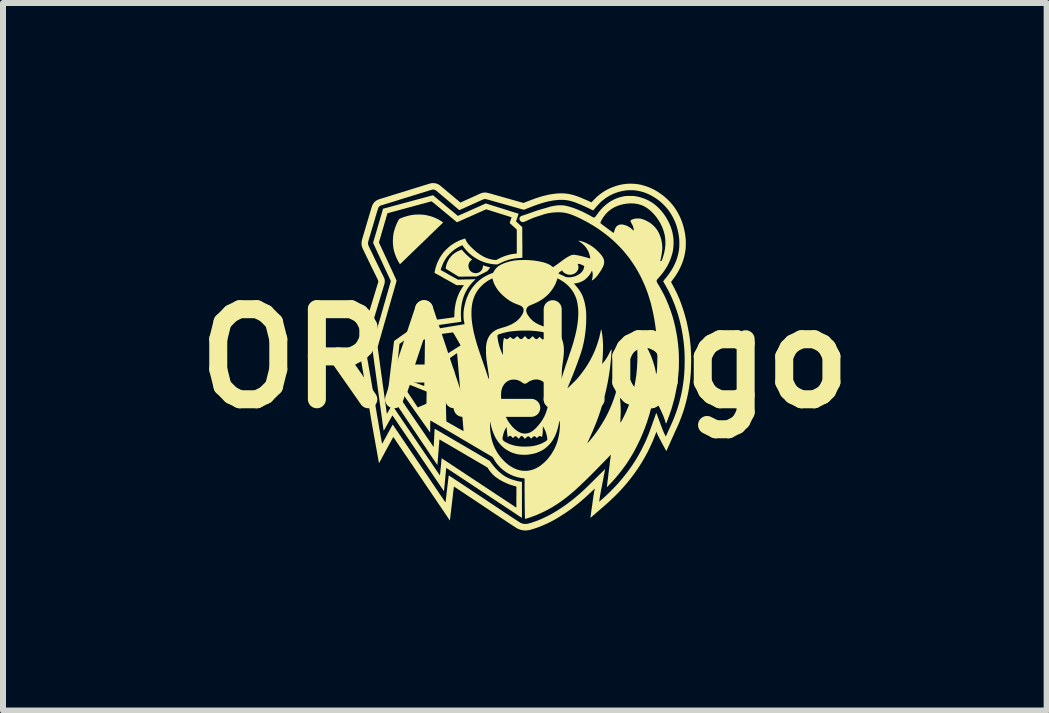
<source format=kicad_pcb>
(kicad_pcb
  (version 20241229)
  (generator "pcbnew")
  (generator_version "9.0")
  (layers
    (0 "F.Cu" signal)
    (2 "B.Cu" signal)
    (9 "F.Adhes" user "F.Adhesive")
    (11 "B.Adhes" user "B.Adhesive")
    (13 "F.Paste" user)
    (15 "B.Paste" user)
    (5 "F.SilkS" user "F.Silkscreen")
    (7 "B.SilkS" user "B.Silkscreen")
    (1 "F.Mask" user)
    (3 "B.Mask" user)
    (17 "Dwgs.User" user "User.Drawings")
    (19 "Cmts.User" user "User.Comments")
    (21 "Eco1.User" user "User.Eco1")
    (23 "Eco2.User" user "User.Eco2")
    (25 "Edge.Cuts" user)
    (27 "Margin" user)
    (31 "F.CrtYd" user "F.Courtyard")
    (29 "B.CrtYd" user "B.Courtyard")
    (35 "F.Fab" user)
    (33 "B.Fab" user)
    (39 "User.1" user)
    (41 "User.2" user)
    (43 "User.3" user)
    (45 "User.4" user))
  (footprint "ORA_Logo"
    (layer "F.Cu")
    (at 5.693 2.923)
    (property "Reference" "ORA_Logo" (at 0 0 0) (layer "F.SilkS") (effects (font (size 1.5 1.5) (thickness 0.3))))
    (attr board_only exclude_from_pos_files exclude_from_bom)
    (fp_poly (pts (xy -1.044 -1.808) (xy -1.028 -1.788) (xy -1.009 -1.767) (xy -0.988 -1.745) (xy -0.966 -1.724) (xy -0.943 -1.703) (xy -0.921 -1.684) (xy -0.9 -1.667) (xy -0.895 -1.663) (xy -0.888 -1.658) (xy -0.882 -1.654) (xy -0.879 -1.651) (xy -0.878 -1.65) (xy -0.88 -1.648) (xy -0.884 -1.645) (xy -0.889 -1.641) (xy -0.905 -1.628) (xy -0.918 -1.612) (xy -0.929 -1.593) (xy -0.933 -1.581) (xy -0.938 -1.563) (xy -0.939 -1.544) (xy -0.938 -1.525) (xy -0.934 -1.508) (xy -0.926 -1.488) (xy -0.915 -1.469) (xy -0.901 -1.454) (xy -0.884 -1.441) (xy -0.865 -1.432) (xy -0.845 -1.425) (xy -0.825 -1.423) (xy -0.803 -1.423) (xy -0.781 -1.428) (xy -0.762 -1.436) (xy -0.744 -1.447) (xy -0.729 -1.462) (xy -0.722 -1.47) (xy -0.711 -1.488) (xy -0.703 -1.507) (xy -0.699 -1.528) (xy -0.699 -1.535) (xy -0.698 -1.544) (xy -0.697 -1.549) (xy -0.697 -1.552) (xy -0.695 -1.553) (xy -0.694 -1.553) (xy -0.688 -1.55) (xy -0.679 -1.547) (xy -0.667 -1.543) (xy -0.654 -1.539) (xy -0.641 -1.535) (xy -0.627 -1.531) (xy -0.615 -1.528) (xy -0.606 -1.525) (xy -0.576 -1.518) (xy -0.583 -1.509) (xy -0.586 -1.505) (xy -0.592 -1.498) (xy -0.598 -1.489) (xy -0.605 -1.481) (xy -0.607 -1.479) (xy -0.625 -1.456) (xy -0.711 -1.412) (xy -0.798 -1.368) (xy -0.932 -1.366) (xy -0.956 -1.366) (xy -0.978 -1.365) (xy -1 -1.365) (xy -1.019 -1.365) (xy -1.037 -1.364) (xy -1.053 -1.364) (xy -1.066 -1.364) (xy -1.075 -1.364) (xy -1.082 -1.364) (xy -1.083 -1.364) (xy -1.091 -1.364) (xy -1.098 -1.364) (xy -1.103 -1.365) (xy -1.103 -1.365) (xy -1.105 -1.366) (xy -1.109 -1.369) (xy -1.114 -1.372) (xy -1.121 -1.376) (xy -1.131 -1.382) (xy -1.142 -1.389) (xy -1.157 -1.398) (xy -1.174 -1.409) (xy -1.194 -1.421) (xy -1.216 -1.435) (xy -1.242 -1.451) (xy -1.244 -1.452) (xy -1.259 -1.461) (xy -1.273 -1.47) (xy -1.286 -1.478) (xy -1.296 -1.484) (xy -1.305 -1.49) (xy -1.312 -1.493) (xy -1.315 -1.495) (xy -1.315 -1.495) (xy -1.317 -1.498) (xy -1.318 -1.504) (xy -1.317 -1.513) (xy -1.315 -1.524) (xy -1.313 -1.537) (xy -1.309 -1.551) (xy -1.305 -1.566) (xy -1.3 -1.581) (xy -1.294 -1.596) (xy -1.288 -1.61) (xy -1.283 -1.621) (xy -1.265 -1.654) (xy -1.244 -1.685) (xy -1.219 -1.713) (xy -1.192 -1.739) (xy -1.162 -1.761) (xy -1.13 -1.781) (xy -1.096 -1.797) (xy -1.073 -1.806) (xy -1.049 -1.814)) (stroke (width 0) (type solid)) (fill yes) (layer "F.SilkS"))
    (fp_poly (pts (xy -1.746 -2.399) (xy -1.725 -2.398) (xy -1.706 -2.397) (xy -1.69 -2.396) (xy -1.686 -2.396) (xy -1.635 -2.387) (xy -1.585 -2.375) (xy -1.536 -2.36) (xy -1.489 -2.341) (xy -1.444 -2.32) (xy -1.439 -2.317) (xy -1.432 -2.313) (xy -1.423 -2.308) (xy -1.413 -2.302) (xy -1.403 -2.295) (xy -1.392 -2.289) (xy -1.383 -2.282) (xy -1.374 -2.277) (xy -1.367 -2.272) (xy -1.362 -2.269) (xy -1.36 -2.267) (xy -1.36 -2.267) (xy -1.362 -2.266) (xy -1.366 -2.262) (xy -1.372 -2.255) (xy -1.381 -2.247) (xy -1.392 -2.236) (xy -1.404 -2.224) (xy -1.418 -2.21) (xy -1.434 -2.195) (xy -1.45 -2.179) (xy -1.468 -2.162) (xy -1.475 -2.156) (xy -1.493 -2.138) (xy -1.512 -2.12) (xy -1.53 -2.103) (xy -1.547 -2.086) (xy -1.563 -2.071) (xy -1.577 -2.057) (xy -1.59 -2.044) (xy -1.601 -2.034) (xy -1.61 -2.025) (xy -1.616 -2.019) (xy -1.616 -2.019) (xy -1.622 -2.013) (xy -1.631 -2.004) (xy -1.642 -1.994) (xy -1.655 -1.981) (xy -1.67 -1.967) (xy -1.685 -1.952) (xy -1.702 -1.936) (xy -1.719 -1.92) (xy -1.736 -1.904) (xy -1.737 -1.902) (xy -1.771 -1.87) (xy -1.802 -1.84) (xy -1.83 -1.812) (xy -1.857 -1.787) (xy -1.881 -1.764) (xy -1.902 -1.743) (xy -1.922 -1.723) (xy -1.941 -1.706) (xy -1.957 -1.689) (xy -1.972 -1.675) (xy -1.986 -1.661) (xy -1.999 -1.649) (xy -2.011 -1.637) (xy -2.023 -1.626) (xy -2.033 -1.615) (xy -2.038 -1.611) (xy -2.047 -1.602) (xy -2.056 -1.593) (xy -2.064 -1.586) (xy -2.07 -1.581) (xy -2.073 -1.577) (xy -2.073 -1.577) (xy -2.08 -1.572) (xy -2.084 -1.578) (xy -2.096 -1.596) (xy -2.109 -1.618) (xy -2.122 -1.643) (xy -2.134 -1.668) (xy -2.146 -1.695) (xy -2.156 -1.721) (xy -2.165 -1.746) (xy -2.177 -1.785) (xy -2.186 -1.823) (xy -2.192 -1.861) (xy -2.196 -1.9) (xy -2.198 -1.941) (xy -2.198 -1.973) (xy -2.196 -2.005) (xy -2.194 -2.034) (xy -2.19 -2.062) (xy -2.186 -2.09) (xy -2.179 -2.118) (xy -2.171 -2.148) (xy -2.164 -2.169) (xy -2.156 -2.192) (xy -2.147 -2.216) (xy -2.137 -2.24) (xy -2.127 -2.262) (xy -2.117 -2.283) (xy -2.107 -2.302) (xy -2.098 -2.316) (xy -2.095 -2.321) (xy -2.092 -2.324) (xy -2.089 -2.327) (xy -2.084 -2.33) (xy -2.078 -2.333) (xy -2.069 -2.337) (xy -2.065 -2.338) (xy -2.019 -2.356) (xy -1.973 -2.37) (xy -1.928 -2.382) (xy -1.881 -2.391) (xy -1.846 -2.396) (xy -1.83 -2.397) (xy -1.811 -2.398) (xy -1.79 -2.399) (xy -1.768 -2.399)) (stroke (width 0) (type solid)) (fill yes) (layer "F.SilkS"))
    (fp_poly (pts (xy -1.528 -2.719) (xy -1.526 -2.718) (xy -1.524 -2.716) (xy -1.519 -2.712) (xy -1.512 -2.706) (xy -1.502 -2.698) (xy -1.491 -2.688) (xy -1.478 -2.678) (xy -1.464 -2.666) (xy -1.449 -2.653) (xy -1.446 -2.651) (xy -1.416 -2.626) (xy -1.388 -2.603) (xy -1.363 -2.582) (xy -1.34 -2.563) (xy -1.319 -2.545) (xy -1.3 -2.529) (xy -1.282 -2.515) (xy -1.266 -2.501) (xy -1.25 -2.488) (xy -1.235 -2.476) (xy -1.22 -2.464) (xy -1.206 -2.452) (xy -1.191 -2.44) (xy -1.183 -2.433) (xy -1.116 -2.377) (xy -1.1 -2.383) (xy -1.096 -2.385) (xy -1.088 -2.389) (xy -1.077 -2.394) (xy -1.064 -2.399) (xy -1.048 -2.406) (xy -1.031 -2.414) (xy -1.013 -2.422) (xy -0.993 -2.431) (xy -0.981 -2.436) (xy -0.958 -2.446) (xy -0.933 -2.458) (xy -0.905 -2.47) (xy -0.877 -2.483) (xy -0.848 -2.496) (xy -0.82 -2.508) (xy -0.792 -2.52) (xy -0.768 -2.531) (xy -0.763 -2.533) (xy -0.65 -2.584) (xy -0.468 -2.527) (xy -0.44 -2.518) (xy -0.411 -2.509) (xy -0.382 -2.5) (xy -0.353 -2.491) (xy -0.325 -2.482) (xy -0.298 -2.474) (xy -0.273 -2.466) (xy -0.25 -2.458) (xy -0.23 -2.452) (xy -0.212 -2.446) (xy -0.202 -2.443) (xy -0.184 -2.438) (xy -0.167 -2.432) (xy -0.152 -2.428) (xy -0.138 -2.423) (xy -0.127 -2.42) (xy -0.119 -2.417) (xy -0.113 -2.416) (xy -0.111 -2.415) (xy -0.107 -2.413) (xy -0.105 -2.411) (xy -0.105 -2.409) (xy -0.107 -2.403) (xy -0.109 -2.395) (xy -0.113 -2.384) (xy -0.117 -2.371) (xy -0.122 -2.357) (xy -0.125 -2.349) (xy -0.13 -2.334) (xy -0.135 -2.32) (xy -0.139 -2.308) (xy -0.142 -2.298) (xy -0.145 -2.291) (xy -0.146 -2.286) (xy -0.146 -2.285) (xy -0.145 -2.282) (xy -0.144 -2.282) (xy -0.142 -2.28) (xy -0.138 -2.277) (xy -0.131 -2.271) (xy -0.123 -2.263) (xy -0.113 -2.254) (xy -0.101 -2.244) (xy -0.093 -2.235) (xy -0.043 -2.19) (xy -0.042 -1.934) (xy -0.041 -1.903) (xy -0.041 -1.872) (xy -0.041 -1.843) (xy -0.041 -1.816) (xy -0.041 -1.79) (xy -0.041 -1.766) (xy -0.041 -1.745) (xy -0.041 -1.726) (xy -0.041 -1.71) (xy -0.041 -1.697) (xy -0.041 -1.688) (xy -0.041 -1.681) (xy -0.041 -1.679) (xy -0.041 -1.679) (xy -0.043 -1.679) (xy -0.048 -1.678) (xy -0.056 -1.678) (xy -0.066 -1.677) (xy -0.075 -1.676) (xy -0.123 -1.672) (xy -0.167 -1.667) (xy -0.209 -1.659) (xy -0.25 -1.65) (xy -0.289 -1.639) (xy -0.328 -1.626) (xy -0.367 -1.61) (xy -0.406 -1.591) (xy -0.411 -1.589) (xy -0.423 -1.584) (xy -0.433 -1.578) (xy -0.442 -1.574) (xy -0.449 -1.571) (xy -0.453 -1.569) (xy -0.454 -1.569) (xy -0.459 -1.568) (xy -0.468 -1.568) (xy -0.48 -1.568) (xy -0.493 -1.569) (xy -0.509 -1.57) (xy -0.525 -1.571) (xy -0.525 -1.571) (xy -0.577 -1.579) (xy -0.628 -1.59) (xy -0.678 -1.605) (xy -0.726 -1.624) (xy -0.773 -1.646) (xy -0.818 -1.672) (xy -0.862 -1.701) (xy -0.903 -1.733) (xy -0.942 -1.768) (xy -0.978 -1.806) (xy -1.007 -1.841) (xy -1.014 -1.85) (xy -1.021 -1.86) (xy -1.028 -1.869) (xy -1.032 -1.874) (xy -1.04 -1.888) (xy -1.056 -1.881) (xy -1.1 -1.86) (xy -1.141 -1.836) (xy -1.181 -1.808) (xy -1.219 -1.777) (xy -1.254 -1.743) (xy -1.287 -1.706) (xy -1.303 -1.685) (xy -1.325 -1.653) (xy -1.345 -1.618) (xy -1.364 -1.581) (xy -1.38 -1.542) (xy -1.394 -1.503) (xy -1.396 -1.496) (xy -1.398 -1.488) (xy -1.4 -1.481) (xy -1.401 -1.476) (xy -1.402 -1.475) (xy -1.4 -1.474) (xy -1.395 -1.471) (xy -1.387 -1.467) (xy -1.376 -1.461) (xy -1.363 -1.454) (xy -1.348 -1.445) (xy -1.332 -1.436) (xy -1.313 -1.426) (xy -1.294 -1.415) (xy -1.28 -1.407) (xy -1.259 -1.395) (xy -1.239 -1.384) (xy -1.219 -1.373) (xy -1.201 -1.363) (xy -1.184 -1.353) (xy -1.169 -1.345) (xy -1.156 -1.338) (xy -1.146 -1.332) (xy -1.139 -1.328) (xy -1.137 -1.327) (xy -1.114 -1.314) (xy -1.003 -1.317) (xy -0.98 -1.318) (xy -0.958 -1.318) (xy -0.937 -1.319) (xy -0.917 -1.319) (xy -0.898 -1.32) (xy -0.882 -1.32) (xy -0.868 -1.321) (xy -0.858 -1.321) (xy -0.855 -1.321) (xy -0.819 -1.322) (xy -0.849 -1.293) (xy -0.872 -1.269) (xy -0.892 -1.248) (xy -0.909 -1.227) (xy -0.923 -1.209) (xy -0.952 -1.168) (xy -0.977 -1.125) (xy -1 -1.079) (xy -1.019 -1.032) (xy -1.034 -0.983) (xy -1.047 -0.931) (xy -1.056 -0.877) (xy -1.06 -0.848) (xy -1.062 -0.821) (xy -1.064 -0.791) (xy -1.065 -0.76) (xy -1.065 -0.727) (xy -1.064 -0.694) (xy -1.062 -0.662) (xy -1.059 -0.632) (xy -1.057 -0.616) (xy -1.059 -0.614) (xy -1.063 -0.612) (xy -1.068 -0.612) (xy -1.071 -0.611) (xy -1.078 -0.61) (xy -1.089 -0.609) (xy -1.102 -0.607) (xy -1.119 -0.604) (xy -1.139 -0.601) (xy -1.161 -0.598) (xy -1.186 -0.595) (xy -1.212 -0.591) (xy -1.241 -0.587) (xy -1.271 -0.582) (xy -1.303 -0.578) (xy -1.336 -0.573) (xy -1.37 -0.568) (xy -1.378 -0.567) (xy -1.412 -0.562) (xy -1.445 -0.557) (xy -1.477 -0.553) (xy -1.507 -0.548) (xy -1.536 -0.544) (xy -1.563 -0.54) (xy -1.587 -0.537) (xy -1.609 -0.534) (xy -1.629 -0.531) (xy -1.646 -0.528) (xy -1.659 -0.526) (xy -1.67 -0.525) (xy -1.677 -0.524) (xy -1.68 -0.523) (xy -1.68 -0.523) (xy -1.683 -0.522) (xy -1.688 -0.519) (xy -1.696 -0.514) (xy -1.706 -0.507) (xy -1.719 -0.498) (xy -1.733 -0.488) (xy -1.75 -0.477) (xy -1.767 -0.465) (xy -1.786 -0.452) (xy -1.801 -0.442) (xy -1.824 -0.427) (xy -1.848 -0.41) (xy -1.872 -0.393) (xy -1.897 -0.376) (xy -1.922 -0.36) (xy -1.945 -0.344) (xy -1.967 -0.329) (xy -1.987 -0.315) (xy -2.004 -0.304) (xy -2.025 -0.289) (xy -2.042 -0.277) (xy -2.057 -0.266) (xy -2.069 -0.258) (xy -2.078 -0.251) (xy -2.084 -0.247) (xy -2.087 -0.243) (xy -2.088 -0.242) (xy -2.088 -0.24) (xy -2.089 -0.234) (xy -2.09 -0.224) (xy -2.091 -0.211) (xy -2.093 -0.195) (xy -2.095 -0.176) (xy -2.097 -0.154) (xy -2.1 -0.13) (xy -2.103 -0.104) (xy -2.105 -0.076) (xy -2.109 -0.046) (xy -2.112 -0.015) (xy -2.115 0.018) (xy -2.119 0.052) (xy -2.119 0.053) (xy -2.123 0.088) (xy -2.127 0.123) (xy -2.13 0.157) (xy -2.134 0.191) (xy -2.137 0.223) (xy -2.141 0.254) (xy -2.144 0.283) (xy -2.146 0.31) (xy -2.149 0.335) (xy -2.151 0.357) (xy -2.154 0.376) (xy -2.155 0.392) (xy -2.157 0.404) (xy -2.157 0.411) (xy -2.159 0.428) (xy -2.161 0.444) (xy -2.162 0.459) (xy -2.164 0.472) (xy -2.165 0.483) (xy -2.166 0.491) (xy -2.166 0.494) (xy -2.167 0.502) (xy -2.168 0.509) (xy -2.168 0.514) (xy -2.167 0.52) (xy -2.166 0.525) (xy -2.163 0.53) (xy -2.16 0.537) (xy -2.154 0.546) (xy -2.147 0.556) (xy -2.138 0.569) (xy -2.135 0.574) (xy -2.125 0.589) (xy -2.113 0.606) (xy -2.1 0.624) (xy -2.088 0.643) (xy -2.075 0.661) (xy -2.064 0.678) (xy -2.062 0.68) (xy -2.055 0.691) (xy -2.045 0.705) (xy -2.035 0.72) (xy -2.023 0.738) (xy -2.009 0.757) (xy -1.995 0.778) (xy -1.98 0.8) (xy -1.964 0.824) (xy -1.948 0.848) (xy -1.931 0.872) (xy -1.914 0.897) (xy -1.897 0.922) (xy -1.88 0.947) (xy -1.863 0.971) (xy -1.847 0.995) (xy -1.831 1.018) (xy -1.816 1.04) (xy -1.802 1.061) (xy -1.789 1.08) (xy -1.777 1.097) (xy -1.766 1.113) (xy -1.757 1.126) (xy -1.75 1.137) (xy -1.745 1.145) (xy -1.741 1.15) (xy -1.74 1.151) (xy -1.736 1.157) (xy -1.73 1.166) (xy -1.722 1.177) (xy -1.713 1.191) (xy -1.702 1.206) (xy -1.691 1.223) (xy -1.678 1.242) (xy -1.665 1.261) (xy -1.651 1.281) (xy -1.638 1.301) (xy -1.624 1.321) (xy -1.61 1.341) (xy -1.597 1.36) (xy -1.585 1.378) (xy -1.573 1.395) (xy -1.562 1.411) (xy -1.553 1.424) (xy -1.546 1.436) (xy -1.54 1.444) (xy -1.536 1.45) (xy -1.534 1.452) (xy -1.528 1.461) (xy -1.524 1.467) (xy -1.521 1.471) (xy -1.519 1.471) (xy -1.518 1.47) (xy -1.518 1.468) (xy -1.518 1.461) (xy -1.517 1.452) (xy -1.517 1.439) (xy -1.516 1.423) (xy -1.515 1.406) (xy -1.514 1.386) (xy -1.513 1.364) (xy -1.511 1.341) (xy -1.51 1.319) (xy -1.509 1.295) (xy -1.508 1.272) (xy -1.507 1.251) (xy -1.506 1.232) (xy -1.505 1.215) (xy -1.504 1.2) (xy -1.503 1.188) (xy -1.502 1.179) (xy -1.502 1.173) (xy -1.502 1.171) (xy -1.501 1.171) (xy -1.5 1.171) (xy -1.498 1.172) (xy -1.496 1.173) (xy -1.492 1.175) (xy -1.487 1.178) (xy -1.48 1.182) (xy -1.472 1.186) (xy -1.461 1.192) (xy -1.449 1.2) (xy -1.434 1.208) (xy -1.417 1.218) (xy -1.397 1.23) (xy -1.374 1.243) (xy -1.348 1.259) (xy -1.329 1.27) (xy -1.297 1.288) (xy -1.263 1.308) (xy -1.227 1.329) (xy -1.191 1.351) (xy -1.154 1.372) (xy -1.118 1.393) (xy -1.082 1.414) (xy -1.048 1.434) (xy -1.016 1.453) (xy -0.986 1.47) (xy -0.964 1.483) (xy -0.928 1.504) (xy -0.896 1.523) (xy -0.867 1.54) (xy -0.841 1.555) (xy -0.817 1.569) (xy -0.796 1.581) (xy -0.778 1.592) (xy -0.762 1.601) (xy -0.748 1.61) (xy -0.736 1.617) (xy -0.726 1.623) (xy -0.717 1.628) (xy -0.71 1.632) (xy -0.71 1.632) (xy -0.7 1.638) (xy -0.688 1.645) (xy -0.674 1.653) (xy -0.658 1.662) (xy -0.643 1.671) (xy -0.632 1.678) (xy -0.617 1.686) (xy -0.605 1.693) (xy -0.596 1.699) (xy -0.589 1.703) (xy -0.584 1.707) (xy -0.581 1.71) (xy -0.578 1.713) (xy -0.577 1.715) (xy -0.574 1.719) (xy -0.569 1.726) (xy -0.563 1.735) (xy -0.556 1.744) (xy -0.552 1.749) (xy -0.521 1.789) (xy -0.489 1.826) (xy -0.457 1.861) (xy -0.423 1.892) (xy -0.39 1.92) (xy -0.356 1.945) (xy -0.323 1.966) (xy -0.3 1.979) (xy -0.262 1.997) (xy -0.222 2.012) (xy -0.179 2.026) (xy -0.135 2.038) (xy -0.091 2.048) (xy -0.065 2.052) (xy -0.048 2.055) (xy -0.048 2.354) (xy -0.048 2.389) (xy -0.048 2.422) (xy -0.048 2.454) (xy -0.048 2.484) (xy -0.048 2.513) (xy -0.048 2.539) (xy -0.048 2.564) (xy -0.048 2.585) (xy -0.048 2.605) (xy -0.048 2.621) (xy -0.048 2.635) (xy -0.048 2.645) (xy -0.048 2.651) (xy -0.048 2.654) (xy -0.049 2.654) (xy -0.05 2.653) (xy -0.055 2.65) (xy -0.062 2.645) (xy -0.072 2.639) (xy -0.083 2.632) (xy -0.095 2.624) (xy -0.106 2.617) (xy -0.117 2.61) (xy -0.13 2.601) (xy -0.146 2.59) (xy -0.164 2.578) (xy -0.184 2.565) (xy -0.206 2.55) (xy -0.229 2.535) (xy -0.252 2.52) (xy -0.276 2.504) (xy -0.3 2.488) (xy -0.314 2.479) (xy -0.341 2.461) (xy -0.369 2.442) (xy -0.4 2.422) (xy -0.431 2.402) (xy -0.462 2.381) (xy -0.494 2.36) (xy -0.524 2.34) (xy -0.553 2.321) (xy -0.58 2.303) (xy -0.601 2.289) (xy -0.625 2.274) (xy -0.649 2.257) (xy -0.674 2.241) (xy -0.699 2.225) (xy -0.723 2.209) (xy -0.746 2.193) (xy -0.768 2.179) (xy -0.787 2.166) (xy -0.805 2.154) (xy -0.816 2.147) (xy -0.864 2.115) (xy -0.909 2.085) (xy -0.95 2.058) (xy -0.989 2.032) (xy -1.025 2.009) (xy -1.058 1.987) (xy -1.088 1.967) (xy -1.116 1.948) (xy -1.141 1.932) (xy -1.164 1.916) (xy -1.185 1.903) (xy -1.204 1.89) (xy -1.22 1.879) (xy -1.235 1.87) (xy -1.248 1.861) (xy -1.26 1.854) (xy -1.269 1.847) (xy -1.278 1.841) (xy -1.285 1.837) (xy -1.291 1.833) (xy -1.296 1.83) (xy -1.3 1.827) (xy -1.303 1.826) (xy -1.305 1.824) (xy -1.307 1.823) (xy -1.308 1.823) (xy -1.308 1.822) (xy -1.309 1.822) (xy -1.309 1.822) (xy -1.309 1.822) (xy -1.309 1.824) (xy -1.31 1.83) (xy -1.311 1.839) (xy -1.312 1.852) (xy -1.314 1.867) (xy -1.315 1.885) (xy -1.317 1.905) (xy -1.32 1.927) (xy -1.322 1.952) (xy -1.324 1.977) (xy -1.327 2.004) (xy -1.328 2.016) (xy -1.331 2.043) (xy -1.333 2.07) (xy -1.335 2.094) (xy -1.338 2.118) (xy -1.34 2.139) (xy -1.341 2.158) (xy -1.343 2.174) (xy -1.344 2.188) (xy -1.346 2.198) (xy -1.346 2.205) (xy -1.347 2.209) (xy -1.347 2.21) (xy -1.348 2.208) (xy -1.351 2.203) (xy -1.357 2.196) (xy -1.364 2.185) (xy -1.373 2.173) (xy -1.383 2.157) (xy -1.395 2.14) (xy -1.408 2.12) (xy -1.423 2.099) (xy -1.438 2.076) (xy -1.455 2.052) (xy -1.472 2.027) (xy -1.49 2) (xy -1.501 1.985) (xy -1.521 1.954) (xy -1.543 1.922) (xy -1.565 1.889) (xy -1.588 1.856) (xy -1.611 1.823) (xy -1.633 1.789) (xy -1.655 1.757) (xy -1.676 1.726) (xy -1.697 1.696) (xy -1.716 1.668) (xy -1.733 1.642) (xy -1.749 1.619) (xy -1.756 1.608) (xy -1.773 1.583) (xy -1.792 1.555) (xy -1.812 1.525) (xy -1.834 1.494) (xy -1.856 1.461) (xy -1.879 1.428) (xy -1.901 1.395) (xy -1.923 1.363) (xy -1.944 1.331) (xy -1.964 1.302) (xy -1.975 1.286) (xy -1.991 1.262) (xy -2.007 1.239) (xy -2.022 1.217) (xy -2.036 1.196) (xy -2.049 1.176) (xy -2.062 1.158) (xy -2.072 1.142) (xy -2.082 1.128) (xy -2.09 1.117) (xy -2.096 1.108) (xy -2.1 1.102) (xy -2.101 1.1) (xy -2.105 1.095) (xy -2.11 1.087) (xy -2.117 1.077) (xy -2.125 1.065) (xy -2.134 1.051) (xy -2.144 1.036) (xy -2.155 1.021) (xy -2.156 1.019) (xy -2.166 1.005) (xy -2.175 0.991) (xy -2.184 0.979) (xy -2.191 0.968) (xy -2.197 0.96) (xy -2.201 0.954) (xy -2.203 0.951) (xy -2.203 0.95) (xy -2.204 0.95) (xy -2.204 0.949) (xy -2.205 0.949) (xy -2.206 0.949) (xy -2.207 0.95) (xy -2.208 0.952) (xy -2.211 0.956) (xy -2.213 0.961) (xy -2.217 0.967) (xy -2.222 0.975) (xy -2.228 0.986) (xy -2.235 0.998) (xy -2.244 1.014) (xy -2.254 1.032) (xy -2.266 1.053) (xy -2.279 1.077) (xy -2.283 1.084) (xy -2.294 1.104) (xy -2.305 1.123) (xy -2.315 1.141) (xy -2.324 1.157) (xy -2.332 1.171) (xy -2.339 1.183) (xy -2.345 1.192) (xy -2.349 1.199) (xy -2.351 1.203) (xy -2.351 1.203) (xy -2.352 1.202) (xy -2.352 1.198) (xy -2.354 1.191) (xy -2.355 1.181) (xy -2.357 1.168) (xy -2.359 1.152) (xy -2.362 1.132) (xy -2.365 1.11) (xy -2.369 1.084) (xy -2.373 1.054) (xy -2.377 1.021) (xy -2.382 0.984) (xy -2.388 0.944) (xy -2.394 0.899) (xy -2.394 0.898) (xy -2.397 0.878) (xy -2.4 0.858) (xy -2.402 0.84) (xy -2.404 0.823) (xy -2.406 0.809) (xy -2.408 0.797) (xy -2.409 0.788) (xy -2.41 0.783) (xy -2.41 0.782) (xy -2.411 0.776) (xy -2.412 0.766) (xy -2.414 0.755) (xy -2.416 0.743) (xy -2.417 0.732) (xy -2.419 0.72) (xy -2.421 0.704) (xy -2.423 0.686) (xy -2.426 0.665) (xy -2.429 0.642) (xy -2.433 0.618) (xy -2.436 0.592) (xy -2.44 0.567) (xy -2.443 0.542) (xy -2.447 0.517) (xy -2.45 0.494) (xy -2.453 0.472) (xy -2.456 0.452) (xy -2.456 0.448) (xy -2.457 0.439) (xy -2.459 0.426) (xy -2.461 0.41) (xy -2.464 0.391) (xy -2.467 0.369) (xy -2.47 0.345) (xy -2.474 0.318) (xy -2.478 0.29) (xy -2.482 0.26) (xy -2.486 0.228) (xy -2.491 0.196) (xy -2.495 0.163) (xy -2.5 0.129) (xy -2.501 0.121) (xy -2.506 0.088) (xy -2.51 0.056) (xy -2.514 0.025) (xy -2.518 -0.004) (xy -2.522 -0.032) (xy -2.526 -0.058) (xy -2.529 -0.082) (xy -2.532 -0.104) (xy -2.535 -0.123) (xy -2.537 -0.139) (xy -2.539 -0.152) (xy -2.54 -0.162) (xy -2.541 -0.168) (xy -2.541 -0.17) (xy -2.542 -0.179) (xy -2.543 -0.187) (xy -2.544 -0.193) (xy -2.45 -0.193) (xy -2.45 -0.19) (xy -2.45 -0.185) (xy -2.449 -0.178) (xy -2.448 -0.17) (xy -2.447 -0.16) (xy -2.446 -0.148) (xy -2.444 -0.134) (xy -2.442 -0.118) (xy -2.439 -0.098) (xy -2.436 -0.076) (xy -2.433 -0.05) (xy -2.429 -0.021) (xy -2.424 0.012) (xy -2.423 0.017) (xy -2.419 0.05) (xy -2.414 0.085) (xy -2.409 0.122) (xy -2.404 0.159) (xy -2.399 0.196) (xy -2.394 0.233) (xy -2.389 0.269) (xy -2.384 0.303) (xy -2.379 0.335) (xy -2.375 0.365) (xy -2.372 0.388) (xy -2.369 0.415) (xy -2.365 0.442) (xy -2.361 0.468) (xy -2.358 0.494) (xy -2.354 0.518) (xy -2.351 0.541) (xy -2.348 0.562) (xy -2.346 0.58) (xy -2.344 0.595) (xy -2.342 0.607) (xy -2.342 0.607) (xy -2.34 0.625) (xy -2.337 0.644) (xy -2.334 0.664) (xy -2.332 0.682) (xy -2.329 0.699) (xy -2.328 0.709) (xy -2.326 0.724) (xy -2.324 0.74) (xy -2.322 0.755) (xy -2.32 0.768) (xy -2.318 0.779) (xy -2.318 0.78) (xy -2.317 0.79) (xy -2.315 0.802) (xy -2.313 0.817) (xy -2.311 0.833) (xy -2.309 0.85) (xy -2.307 0.861) (xy -2.305 0.875) (xy -2.303 0.889) (xy -2.302 0.9) (xy -2.3 0.909) (xy -2.299 0.916) (xy -2.299 0.919) (xy -2.299 0.919) (xy -2.297 0.918) (xy -2.294 0.915) (xy -2.289 0.908) (xy -2.283 0.897) (xy -2.275 0.884) (xy -2.267 0.869) (xy -2.257 0.851) (xy -2.255 0.848) (xy -2.252 0.842) (xy -2.248 0.834) (xy -2.242 0.824) (xy -2.236 0.813) (xy -2.234 0.81) (xy -2.227 0.798) (xy -2.222 0.789) (xy -2.218 0.782) (xy -2.215 0.778) (xy -2.213 0.776) (xy -2.211 0.776) (xy -2.211 0.776) (xy -2.209 0.779) (xy -2.206 0.784) (xy -2.2 0.791) (xy -2.194 0.801) (xy -2.186 0.812) (xy -2.179 0.823) (xy -2.154 0.859) (xy -2.131 0.893) (xy -2.11 0.925) (xy -2.089 0.955) (xy -2.069 0.984) (xy -2.05 1.013) (xy -2.03 1.043) (xy -2.013 1.067) (xy -2.009 1.074) (xy -2.002 1.083) (xy -1.994 1.095) (xy -1.984 1.109) (xy -1.973 1.126) (xy -1.961 1.144) (xy -1.948 1.164) (xy -1.934 1.184) (xy -1.919 1.205) (xy -1.905 1.227) (xy -1.901 1.232) (xy -1.886 1.254) (xy -1.872 1.275) (xy -1.858 1.296) (xy -1.844 1.316) (xy -1.832 1.334) (xy -1.82 1.351) (xy -1.81 1.366) (xy -1.802 1.379) (xy -1.795 1.389) (xy -1.79 1.396) (xy -1.789 1.397) (xy -1.784 1.405) (xy -1.777 1.415) (xy -1.768 1.428) (xy -1.758 1.443) (xy -1.747 1.46) (xy -1.735 1.477) (xy -1.723 1.495) (xy -1.711 1.512) (xy -1.701 1.526) (xy -1.69 1.543) (xy -1.677 1.563) (xy -1.662 1.584) (xy -1.646 1.608) (xy -1.629 1.633) (xy -1.612 1.659) (xy -1.593 1.685) (xy -1.575 1.712) (xy -1.557 1.739) (xy -1.539 1.765) (xy -1.534 1.773) (xy -1.518 1.796) (xy -1.502 1.819) (xy -1.488 1.841) (xy -1.474 1.861) (xy -1.461 1.88) (xy -1.45 1.896) (xy -1.439 1.911) (xy -1.431 1.924) (xy -1.424 1.934) (xy -1.418 1.941) (xy -1.415 1.945) (xy -1.414 1.947) (xy -1.414 1.944) (xy -1.413 1.939) (xy -1.412 1.929) (xy -1.411 1.917) (xy -1.409 1.902) (xy -1.407 1.885) (xy -1.406 1.866) (xy -1.404 1.845) (xy -1.401 1.823) (xy -1.4 1.81) (xy -1.398 1.787) (xy -1.396 1.765) (xy -1.394 1.744) (xy -1.392 1.726) (xy -1.391 1.709) (xy -1.389 1.694) (xy -1.388 1.683) (xy -1.387 1.674) (xy -1.387 1.669) (xy -1.386 1.668) (xy -1.385 1.661) (xy -1.34 1.691) (xy -1.328 1.699) (xy -1.313 1.708) (xy -1.297 1.719) (xy -1.279 1.731) (xy -1.26 1.743) (xy -1.242 1.755) (xy -1.225 1.767) (xy -1.223 1.768) (xy -1.173 1.801) (xy -1.124 1.834) (xy -1.074 1.867) (xy -1.023 1.9) (xy -0.971 1.935) (xy -0.918 1.97) (xy -0.862 2.007) (xy -0.803 2.046) (xy -0.798 2.049) (xy -0.781 2.06) (xy -0.762 2.073) (xy -0.741 2.087) (xy -0.72 2.101) (xy -0.699 2.115) (xy -0.68 2.127) (xy -0.671 2.133) (xy -0.638 2.155) (xy -0.608 2.175) (xy -0.58 2.193) (xy -0.556 2.209) (xy -0.534 2.224) (xy -0.514 2.237) (xy -0.496 2.249) (xy -0.48 2.26) (xy -0.465 2.269) (xy -0.452 2.278) (xy -0.44 2.286) (xy -0.428 2.294) (xy -0.423 2.297) (xy -0.405 2.309) (xy -0.385 2.322) (xy -0.365 2.336) (xy -0.344 2.349) (xy -0.323 2.363) (xy -0.302 2.377) (xy -0.281 2.391) (xy -0.26 2.405) (xy -0.241 2.418) (xy -0.222 2.43) (xy -0.205 2.441) (xy -0.19 2.451) (xy -0.177 2.46) (xy -0.165 2.468) (xy -0.157 2.473) (xy -0.151 2.477) (xy -0.148 2.479) (xy -0.148 2.479) (xy -0.141 2.484) (xy -0.141 2.309) (xy -0.14 2.283) (xy -0.14 2.258) (xy -0.14 2.234) (xy -0.14 2.212) (xy -0.14 2.193) (xy -0.14 2.175) (xy -0.14 2.16) (xy -0.14 2.148) (xy -0.141 2.14) (xy -0.141 2.134) (xy -0.141 2.133) (xy -0.143 2.132) (xy -0.148 2.13) (xy -0.156 2.128) (xy -0.165 2.126) (xy -0.168 2.125) (xy -0.215 2.111) (xy -0.26 2.096) (xy -0.305 2.077) (xy -0.349 2.057) (xy -0.39 2.036) (xy -0.429 2.013) (xy -0.466 1.988) (xy -0.499 1.963) (xy -0.529 1.936) (xy -0.529 1.936) (xy -0.552 1.912) (xy -0.573 1.887) (xy -0.593 1.861) (xy -0.61 1.835) (xy -0.614 1.828) (xy -0.617 1.823) (xy -0.619 1.82) (xy -0.623 1.816) (xy -0.628 1.812) (xy -0.635 1.808) (xy -0.645 1.802) (xy -0.646 1.802) (xy -0.653 1.797) (xy -0.664 1.791) (xy -0.677 1.783) (xy -0.694 1.773) (xy -0.713 1.762) (xy -0.734 1.75) (xy -0.758 1.736) (xy -0.783 1.721) (xy -0.811 1.705) (xy -0.84 1.688) (xy -0.87 1.67) (xy -0.901 1.652) (xy -0.934 1.633) (xy -0.967 1.614) (xy -1 1.594) (xy -1.012 1.587) (xy -1.034 1.574) (xy -1.056 1.561) (xy -1.079 1.548) (xy -1.101 1.535) (xy -1.122 1.523) (xy -1.142 1.511) (xy -1.159 1.501) (xy -1.175 1.492) (xy -1.187 1.485) (xy -1.187 1.485) (xy -1.221 1.465) (xy -1.251 1.447) (xy -1.278 1.431) (xy -1.303 1.417) (xy -1.324 1.405) (xy -1.343 1.394) (xy -1.359 1.384) (xy -1.373 1.376) (xy -1.385 1.369) (xy -1.395 1.363) (xy -1.403 1.359) (xy -1.409 1.355) (xy -1.414 1.352) (xy -1.418 1.35) (xy -1.42 1.349) (xy -1.421 1.348) (xy -1.422 1.348) (xy -1.422 1.35) (xy -1.423 1.356) (xy -1.424 1.365) (xy -1.425 1.377) (xy -1.426 1.392) (xy -1.428 1.41) (xy -1.429 1.431) (xy -1.431 1.453) (xy -1.433 1.478) (xy -1.435 1.504) (xy -1.437 1.531) (xy -1.439 1.554) (xy -1.441 1.582) (xy -1.443 1.61) (xy -1.445 1.636) (xy -1.447 1.66) (xy -1.449 1.683) (xy -1.45 1.704) (xy -1.452 1.722) (xy -1.453 1.737) (xy -1.454 1.75) (xy -1.455 1.759) (xy -1.456 1.765) (xy -1.456 1.767) (xy -1.457 1.774) (xy -1.531 1.665) (xy -1.545 1.644) (xy -1.561 1.62) (xy -1.579 1.594) (xy -1.597 1.566) (xy -1.616 1.538) (xy -1.635 1.51) (xy -1.653 1.482) (xy -1.671 1.456) (xy -1.688 1.431) (xy -1.69 1.427) (xy -1.707 1.403) (xy -1.725 1.376) (xy -1.744 1.347) (xy -1.764 1.318) (xy -1.783 1.289) (xy -1.803 1.26) (xy -1.821 1.232) (xy -1.839 1.206) (xy -1.854 1.183) (xy -1.856 1.181) (xy -1.87 1.16) (xy -1.883 1.14) (xy -1.897 1.12) (xy -1.91 1.1) (xy -1.922 1.082) (xy -1.933 1.066) (xy -1.943 1.052) (xy -1.951 1.04) (xy -1.957 1.03) (xy -1.959 1.027) (xy -1.966 1.017) (xy -1.975 1.004) (xy -1.985 0.989) (xy -1.996 0.973) (xy -2.007 0.956) (xy -2.018 0.939) (xy -2.028 0.924) (xy -2.044 0.9) (xy -2.062 0.874) (xy -2.081 0.846) (xy -2.102 0.815) (xy -2.125 0.781) (xy -2.149 0.744) (xy -2.176 0.705) (xy -2.204 0.662) (xy -2.23 0.624) (xy -2.28 0.55) (xy -2.246 0.27) (xy -2.242 0.233) (xy -2.237 0.196) (xy -2.233 0.159) (xy -2.228 0.122) (xy -2.224 0.084) (xy -2.219 0.048) (xy -2.215 0.013) (xy -2.211 -0.021) (xy -2.207 -0.052) (xy -2.204 -0.082) (xy -2.2 -0.108) (xy -2.198 -0.132) (xy -2.195 -0.152) (xy -2.195 -0.152) (xy -2.192 -0.175) (xy -2.19 -0.197) (xy -2.187 -0.218) (xy -2.185 -0.237) (xy -2.183 -0.253) (xy -2.181 -0.267) (xy -2.18 -0.279) (xy -2.179 -0.287) (xy -2.178 -0.292) (xy -2.178 -0.293) (xy -2.176 -0.294) (xy -2.171 -0.298) (xy -2.164 -0.303) (xy -2.153 -0.31) (xy -2.14 -0.319) (xy -2.125 -0.33) (xy -2.108 -0.342) (xy -2.089 -0.356) (xy -2.068 -0.371) (xy -2.045 -0.387) (xy -2.021 -0.404) (xy -1.995 -0.422) (xy -1.969 -0.441) (xy -1.951 -0.453) (xy -1.725 -0.613) (xy -1.655 -0.623) (xy -1.597 -0.63) (xy -1.543 -0.638) (xy -1.492 -0.644) (xy -1.446 -0.651) (xy -1.403 -0.656) (xy -1.364 -0.662) (xy -1.329 -0.666) (xy -1.297 -0.671) (xy -1.27 -0.674) (xy -1.246 -0.678) (xy -1.225 -0.681) (xy -1.208 -0.683) (xy -1.195 -0.685) (xy -1.185 -0.687) (xy -1.179 -0.688) (xy -1.176 -0.688) (xy -1.176 -0.689) (xy -1.175 -0.691) (xy -1.175 -0.697) (xy -1.175 -0.706) (xy -1.174 -0.716) (xy -1.174 -0.721) (xy -1.172 -0.779) (xy -1.167 -0.835) (xy -1.158 -0.89) (xy -1.147 -0.943) (xy -1.132 -0.995) (xy -1.115 -1.044) (xy -1.094 -1.092) (xy -1.071 -1.136) (xy -1.045 -1.178) (xy -1.039 -1.187) (xy -1.033 -1.196) (xy -1.027 -1.204) (xy -1.022 -1.21) (xy -1.019 -1.214) (xy -1.019 -1.215) (xy -1.016 -1.219) (xy -1.014 -1.221) (xy -1.014 -1.222) (xy -1.016 -1.222) (xy -1.021 -1.222) (xy -1.03 -1.223) (xy -1.041 -1.223) (xy -1.054 -1.223) (xy -1.069 -1.223) (xy -1.077 -1.223) (xy -1.139 -1.223) (xy -1.215 -1.266) (xy -1.238 -1.279) (xy -1.261 -1.292) (xy -1.285 -1.305) (xy -1.308 -1.318) (xy -1.332 -1.331) (xy -1.355 -1.344) (xy -1.377 -1.357) (xy -1.398 -1.369) (xy -1.418 -1.38) (xy -1.436 -1.39) (xy -1.452 -1.398) (xy -1.466 -1.406) (xy -1.477 -1.412) (xy -1.485 -1.417) (xy -1.49 -1.419) (xy -1.498 -1.424) (xy -1.503 -1.428) (xy -1.504 -1.431) (xy -1.504 -1.435) (xy -1.502 -1.442) (xy -1.501 -1.451) (xy -1.498 -1.463) (xy -1.495 -1.475) (xy -1.492 -1.488) (xy -1.49 -1.5) (xy -1.487 -1.511) (xy -1.485 -1.517) (xy -1.471 -1.56) (xy -1.454 -1.604) (xy -1.433 -1.647) (xy -1.41 -1.689) (xy -1.392 -1.717) (xy -1.375 -1.741) (xy -1.358 -1.763) (xy -1.34 -1.785) (xy -1.32 -1.806) (xy -1.308 -1.818) (xy -1.271 -1.853) (xy -1.232 -1.885) (xy -1.191 -1.913) (xy -1.148 -1.938) (xy -1.102 -1.961) (xy -1.086 -1.968) (xy -1.076 -1.972) (xy -1.066 -1.976) (xy -1.054 -1.98) (xy -1.042 -1.984) (xy -1.03 -1.988) (xy -1.019 -1.992) (xy -1.009 -1.995) (xy -1.001 -1.997) (xy -0.996 -1.999) (xy -0.994 -1.999) (xy -0.993 -1.996) (xy -0.99 -1.991) (xy -0.987 -1.984) (xy -0.983 -1.975) (xy -0.983 -1.975) (xy -0.976 -1.96) (xy -0.969 -1.946) (xy -0.959 -1.931) (xy -0.949 -1.916) (xy -0.936 -1.901) (xy -0.921 -1.884) (xy -0.903 -1.865) (xy -0.887 -1.849) (xy -0.847 -1.811) (xy -0.807 -1.777) (xy -0.767 -1.747) (xy -0.726 -1.72) (xy -0.686 -1.697) (xy -0.645 -1.678) (xy -0.605 -1.664) (xy -0.565 -1.653) (xy -0.563 -1.652) (xy -0.546 -1.649) (xy -0.529 -1.646) (xy -0.513 -1.644) (xy -0.499 -1.643) (xy -0.487 -1.642) (xy -0.48 -1.642) (xy -0.475 -1.643) (xy -0.47 -1.645) (xy -0.463 -1.648) (xy -0.458 -1.651) (xy -0.412 -1.675) (xy -0.364 -1.696) (xy -0.314 -1.714) (xy -0.264 -1.729) (xy -0.214 -1.74) (xy -0.168 -1.746) (xy -0.159 -1.747) (xy -0.15 -1.748) (xy -0.143 -1.749) (xy -0.141 -1.749) (xy -0.134 -1.75) (xy -0.134 -1.95) (xy -0.134 -2.149) (xy -0.174 -2.186) (xy -0.186 -2.197) (xy -0.197 -2.207) (xy -0.207 -2.216) (xy -0.215 -2.224) (xy -0.222 -2.23) (xy -0.226 -2.233) (xy -0.233 -2.24) (xy -0.239 -2.246) (xy -0.245 -2.25) (xy -0.249 -2.254) (xy -0.252 -2.258) (xy -0.252 -2.259) (xy -0.251 -2.262) (xy -0.25 -2.267) (xy -0.247 -2.276) (xy -0.243 -2.286) (xy -0.239 -2.298) (xy -0.236 -2.307) (xy -0.232 -2.32) (xy -0.228 -2.331) (xy -0.225 -2.341) (xy -0.222 -2.348) (xy -0.221 -2.352) (xy -0.221 -2.353) (xy -0.223 -2.354) (xy -0.228 -2.356) (xy -0.237 -2.358) (xy -0.248 -2.362) (xy -0.263 -2.367) (xy -0.279 -2.372) (xy -0.298 -2.378) (xy -0.318 -2.384) (xy -0.34 -2.391) (xy -0.363 -2.398) (xy -0.366 -2.399) (xy -0.391 -2.407) (xy -0.417 -2.415) (xy -0.443 -2.423) (xy -0.468 -2.431) (xy -0.493 -2.439) (xy -0.516 -2.446) (xy -0.536 -2.453) (xy -0.555 -2.458) (xy -0.57 -2.463) (xy -0.577 -2.466) (xy -0.644 -2.486) (xy -0.675 -2.472) (xy -0.683 -2.469) (xy -0.693 -2.465) (xy -0.707 -2.459) (xy -0.723 -2.451) (xy -0.741 -2.443) (xy -0.76 -2.435) (xy -0.781 -2.426) (xy -0.803 -2.416) (xy -0.824 -2.406) (xy -0.831 -2.403) (xy -0.855 -2.392) (xy -0.881 -2.381) (xy -0.907 -2.369) (xy -0.934 -2.357) (xy -0.96 -2.346) (xy -0.985 -2.335) (xy -1.008 -2.324) (xy -1.029 -2.315) (xy -1.043 -2.309) (xy -1.13 -2.27) (xy -1.135 -2.274) (xy -1.137 -2.276) (xy -1.142 -2.28) (xy -1.15 -2.286) (xy -1.16 -2.294) (xy -1.171 -2.304) (xy -1.183 -2.314) (xy -1.197 -2.326) (xy -1.204 -2.331) (xy -1.235 -2.357) (xy -1.268 -2.385) (xy -1.304 -2.414) (xy -1.341 -2.445) (xy -1.38 -2.477) (xy -1.419 -2.51) (xy -1.459 -2.543) (xy -1.482 -2.562) (xy -1.498 -2.576) (xy -1.513 -2.587) (xy -1.526 -2.598) (xy -1.536 -2.606) (xy -1.545 -2.613) (xy -1.551 -2.617) (xy -1.554 -2.619) (xy -1.554 -2.619) (xy -1.556 -2.618) (xy -1.559 -2.618) (xy -1.564 -2.616) (xy -1.572 -2.614) (xy -1.581 -2.612) (xy -1.593 -2.609) (xy -1.607 -2.605) (xy -1.624 -2.6) (xy -1.644 -2.595) (xy -1.665 -2.589) (xy -1.69 -2.582) (xy -1.718 -2.575) (xy -1.748 -2.567) (xy -1.782 -2.558) (xy -1.818 -2.548) (xy -1.858 -2.537) (xy -1.901 -2.525) (xy -1.948 -2.513) (xy -1.998 -2.499) (xy -2.051 -2.485) (xy -2.108 -2.469) (xy -2.169 -2.453) (xy -2.191 -2.447) (xy -2.21 -2.442) (xy -2.227 -2.437) (xy -2.243 -2.433) (xy -2.257 -2.429) (xy -2.268 -2.426) (xy -2.277 -2.424) (xy -2.283 -2.423) (xy -2.285 -2.422) (xy -2.288 -2.42) (xy -2.29 -2.416) (xy -2.29 -2.416) (xy -2.291 -2.413) (xy -2.293 -2.406) (xy -2.295 -2.397) (xy -2.299 -2.384) (xy -2.304 -2.369) (xy -2.309 -2.352) (xy -2.314 -2.332) (xy -2.32 -2.312) (xy -2.327 -2.29) (xy -2.332 -2.271) (xy -2.339 -2.248) (xy -2.346 -2.225) (xy -2.352 -2.203) (xy -2.358 -2.182) (xy -2.364 -2.163) (xy -2.369 -2.146) (xy -2.373 -2.131) (xy -2.377 -2.119) (xy -2.379 -2.111) (xy -2.38 -2.107) (xy -2.382 -2.099) (xy -2.386 -2.088) (xy -2.39 -2.074) (xy -2.394 -2.058) (xy -2.399 -2.041) (xy -2.405 -2.024) (xy -2.409 -2.008) (xy -2.431 -1.935) (xy -2.408 -1.885) (xy -2.402 -1.873) (xy -2.395 -1.859) (xy -2.387 -1.841) (xy -2.379 -1.822) (xy -2.369 -1.802) (xy -2.359 -1.78) (xy -2.349 -1.759) (xy -2.339 -1.738) (xy -2.337 -1.732) (xy -2.314 -1.684) (xy -2.293 -1.639) (xy -2.274 -1.597) (xy -2.256 -1.559) (xy -2.24 -1.524) (xy -2.225 -1.492) (xy -2.211 -1.463) (xy -2.199 -1.436) (xy -2.188 -1.413) (xy -2.179 -1.392) (xy -2.17 -1.373) (xy -2.163 -1.357) (xy -2.156 -1.343) (xy -2.151 -1.331) (xy -2.146 -1.321) (xy -2.143 -1.313) (xy -2.14 -1.307) (xy -2.138 -1.302) (xy -2.137 -1.299) (xy -2.136 -1.298) (xy -2.136 -1.297) (xy -2.136 -1.296) (xy -2.137 -1.294) (xy -2.138 -1.291) (xy -2.139 -1.286) (xy -2.141 -1.28) (xy -2.143 -1.272) (xy -2.146 -1.262) (xy -2.149 -1.25) (xy -2.153 -1.236) (xy -2.157 -1.22) (xy -2.163 -1.202) (xy -2.168 -1.182) (xy -2.175 -1.159) (xy -2.182 -1.133) (xy -2.19 -1.105) (xy -2.199 -1.074) (xy -2.209 -1.04) (xy -2.22 -1.002) (xy -2.231 -0.962) (xy -2.244 -0.918) (xy -2.257 -0.871) (xy -2.272 -0.82) (xy -2.288 -0.766) (xy -2.293 -0.746) (xy -2.3 -0.721) (xy -2.308 -0.693) (xy -2.317 -0.662) (xy -2.327 -0.629) (xy -2.337 -0.595) (xy -2.347 -0.559) (xy -2.357 -0.524) (xy -2.367 -0.489) (xy -2.377 -0.455) (xy -2.386 -0.422) (xy -2.391 -0.404) (xy -2.399 -0.377) (xy -2.406 -0.351) (xy -2.414 -0.326) (xy -2.42 -0.302) (xy -2.427 -0.281) (xy -2.432 -0.261) (xy -2.437 -0.244) (xy -2.441 -0.229) (xy -2.445 -0.217) (xy -2.447 -0.209) (xy -2.449 -0.203) (xy -2.449 -0.202) (xy -2.45 -0.2) (xy -2.45 -0.199) (xy -2.45 -0.196) (xy -2.45 -0.193) (xy -2.544 -0.193) (xy -2.544 -0.194) (xy -2.544 -0.196) (xy -2.544 -0.199) (xy -2.542 -0.206) (xy -2.54 -0.215) (xy -2.536 -0.227) (xy -2.532 -0.242) (xy -2.528 -0.258) (xy -2.523 -0.276) (xy -2.518 -0.294) (xy -2.517 -0.295) (xy -2.512 -0.313) (xy -2.506 -0.335) (xy -2.499 -0.359) (xy -2.491 -0.387) (xy -2.482 -0.418) (xy -2.473 -0.451) (xy -2.463 -0.487) (xy -2.452 -0.524) (xy -2.441 -0.563) (xy -2.429 -0.604) (xy -2.417 -0.646) (xy -2.404 -0.69) (xy -2.392 -0.733) (xy -2.379 -0.778) (xy -2.366 -0.822) (xy -2.354 -0.867) (xy -2.341 -0.911) (xy -2.328 -0.955) (xy -2.316 -0.998) (xy -2.304 -1.04) (xy -2.292 -1.08) (xy -2.29 -1.088) (xy -2.232 -1.291) (xy -2.302 -1.442) (xy -2.316 -1.47) (xy -2.33 -1.501) (xy -2.345 -1.533) (xy -2.361 -1.567) (xy -2.376 -1.601) (xy -2.392 -1.635) (xy -2.407 -1.667) (xy -2.422 -1.698) (xy -2.435 -1.726) (xy -2.44 -1.737) (xy -2.451 -1.76) (xy -2.461 -1.783) (xy -2.471 -1.805) (xy -2.481 -1.825) (xy -2.489 -1.844) (xy -2.497 -1.861) (xy -2.504 -1.876) (xy -2.51 -1.888) (xy -2.514 -1.898) (xy -2.517 -1.904) (xy -2.517 -1.904) (xy -2.528 -1.928) (xy -2.485 -2.075) (xy -2.477 -2.101) (xy -2.469 -2.128) (xy -2.461 -2.156) (xy -2.453 -2.184) (xy -2.445 -2.212) (xy -2.437 -2.238) (xy -2.43 -2.262) (xy -2.424 -2.284) (xy -2.418 -2.303) (xy -2.416 -2.31) (xy -2.41 -2.331) (xy -2.404 -2.352) (xy -2.398 -2.373) (xy -2.392 -2.393) (xy -2.386 -2.412) (xy -2.381 -2.429) (xy -2.377 -2.443) (xy -2.376 -2.447) (xy -2.362 -2.496) (xy -2.242 -2.528) (xy -2.216 -2.535) (xy -2.187 -2.543) (xy -2.156 -2.551) (xy -2.124 -2.56) (xy -2.092 -2.568) (xy -2.061 -2.577) (xy -2.032 -2.585) (xy -2.005 -2.592) (xy -2.004 -2.592) (xy -1.983 -2.598) (xy -1.96 -2.604) (xy -1.935 -2.611) (xy -1.908 -2.618) (xy -1.88 -2.626) (xy -1.851 -2.634) (xy -1.821 -2.642) (xy -1.791 -2.65) (xy -1.762 -2.658) (xy -1.732 -2.666) (xy -1.704 -2.673) (xy -1.677 -2.681) (xy -1.652 -2.688) (xy -1.628 -2.694) (xy -1.607 -2.7) (xy -1.589 -2.705) (xy -1.573 -2.709) (xy -1.561 -2.712) (xy -1.559 -2.713) (xy -1.548 -2.716) (xy -1.54 -2.718) (xy -1.534 -2.719) (xy -1.53 -2.719)) (stroke (width 0) (type solid)) (fill yes) (layer "F.SilkS"))
    (fp_poly (pts (xy -1.5 -2.921) (xy -1.475 -2.916) (xy -1.451 -2.907) (xy -1.428 -2.895) (xy -1.424 -2.892) (xy -1.417 -2.886) (xy -1.408 -2.879) (xy -1.396 -2.87) (xy -1.383 -2.859) (xy -1.369 -2.847) (xy -1.353 -2.834) (xy -1.337 -2.821) (xy -1.329 -2.814) (xy -1.312 -2.8) (xy -1.294 -2.784) (xy -1.276 -2.769) (xy -1.259 -2.755) (xy -1.242 -2.741) (xy -1.227 -2.728) (xy -1.215 -2.718) (xy -1.204 -2.709) (xy -1.203 -2.708) (xy -1.189 -2.696) (xy -1.173 -2.683) (xy -1.157 -2.669) (xy -1.14 -2.655) (xy -1.124 -2.642) (xy -1.117 -2.636) (xy -1.073 -2.598) (xy -1.067 -2.601) (xy -1.063 -2.603) (xy -1.056 -2.606) (xy -1.046 -2.611) (xy -1.033 -2.616) (xy -1.018 -2.623) (xy -1.002 -2.631) (xy -0.984 -2.639) (xy -0.966 -2.647) (xy -0.947 -2.656) (xy -0.927 -2.664) (xy -0.908 -2.673) (xy -0.89 -2.681) (xy -0.873 -2.689) (xy -0.857 -2.696) (xy -0.843 -2.703) (xy -0.831 -2.708) (xy -0.816 -2.715) (xy -0.8 -2.722) (xy -0.786 -2.729) (xy -0.772 -2.735) (xy -0.761 -2.74) (xy -0.753 -2.744) (xy -0.751 -2.745) (xy -0.723 -2.756) (xy -0.696 -2.763) (xy -0.669 -2.766) (xy -0.643 -2.765) (xy -0.639 -2.764) (xy -0.633 -2.763) (xy -0.624 -2.761) (xy -0.612 -2.758) (xy -0.597 -2.754) (xy -0.58 -2.75) (xy -0.561 -2.745) (xy -0.542 -2.739) (xy -0.537 -2.738) (xy -0.518 -2.732) (xy -0.497 -2.727) (xy -0.477 -2.721) (xy -0.457 -2.715) (xy -0.439 -2.71) (xy -0.423 -2.706) (xy -0.41 -2.702) (xy -0.408 -2.701) (xy -0.399 -2.699) (xy -0.387 -2.695) (xy -0.371 -2.691) (xy -0.353 -2.686) (xy -0.333 -2.68) (xy -0.31 -2.674) (xy -0.286 -2.667) (xy -0.261 -2.66) (xy -0.235 -2.652) (xy -0.209 -2.645) (xy -0.193 -2.64) (xy -0.022 -2.592) (xy 0.031 -2.613) (xy 0.085 -2.634) (xy 0.135 -2.653) (xy 0.183 -2.67) (xy 0.229 -2.685) (xy 0.272 -2.699) (xy 0.314 -2.71) (xy 0.354 -2.72) (xy 0.393 -2.729) (xy 0.432 -2.736) (xy 0.469 -2.742) (xy 0.496 -2.745) (xy 0.542 -2.75) (xy 0.586 -2.752) (xy 0.627 -2.752) (xy 0.667 -2.75) (xy 0.707 -2.746) (xy 0.746 -2.739) (xy 0.787 -2.73) (xy 0.828 -2.718) (xy 0.872 -2.703) (xy 0.895 -2.695) (xy 0.908 -2.69) (xy 0.924 -2.683) (xy 0.943 -2.676) (xy 0.963 -2.667) (xy 0.984 -2.658) (xy 1.005 -2.649) (xy 1.026 -2.64) (xy 1.046 -2.632) (xy 1.064 -2.624) (xy 1.079 -2.617) (xy 1.088 -2.613) (xy 1.111 -2.602) (xy 1.124 -2.617) (xy 1.165 -2.66) (xy 1.208 -2.701) (xy 1.252 -2.737) (xy 1.298 -2.77) (xy 1.345 -2.8) (xy 1.395 -2.826) (xy 1.447 -2.849) (xy 1.501 -2.869) (xy 1.501 -2.869) (xy 1.545 -2.883) (xy 1.588 -2.894) (xy 1.629 -2.902) (xy 1.67 -2.908) (xy 1.712 -2.912) (xy 1.756 -2.913) (xy 1.763 -2.913) (xy 1.806 -2.912) (xy 1.846 -2.909) (xy 1.886 -2.904) (xy 1.926 -2.897) (xy 1.949 -2.891) (xy 2.003 -2.876) (xy 2.056 -2.858) (xy 2.108 -2.835) (xy 2.16 -2.81) (xy 2.21 -2.781) (xy 2.258 -2.748) (xy 2.305 -2.714) (xy 2.35 -2.676) (xy 2.393 -2.636) (xy 2.433 -2.593) (xy 2.47 -2.549) (xy 2.504 -2.502) (xy 2.515 -2.485) (xy 2.547 -2.432) (xy 2.576 -2.377) (xy 2.602 -2.32) (xy 2.624 -2.261) (xy 2.643 -2.2) (xy 2.658 -2.138) (xy 2.67 -2.075) (xy 2.678 -2.011) (xy 2.68 -1.989) (xy 2.681 -1.977) (xy 2.682 -1.961) (xy 2.682 -1.943) (xy 2.682 -1.924) (xy 2.682 -1.904) (xy 2.681 -1.883) (xy 2.681 -1.864) (xy 2.68 -1.846) (xy 2.679 -1.83) (xy 2.678 -1.817) (xy 2.677 -1.814) (xy 2.668 -1.755) (xy 2.655 -1.696) (xy 2.639 -1.639) (xy 2.619 -1.583) (xy 2.595 -1.528) (xy 2.568 -1.473) (xy 2.537 -1.419) (xy 2.502 -1.365) (xy 2.463 -1.312) (xy 2.45 -1.294) (xy 2.444 -1.287) (xy 2.44 -1.281) (xy 2.437 -1.277) (xy 2.436 -1.276) (xy 2.437 -1.274) (xy 2.44 -1.269) (xy 2.444 -1.261) (xy 2.449 -1.252) (xy 2.454 -1.242) (xy 2.454 -1.242) (xy 2.498 -1.159) (xy 2.539 -1.074) (xy 2.577 -0.987) (xy 2.611 -0.897) (xy 2.642 -0.805) (xy 2.67 -0.71) (xy 2.696 -0.613) (xy 2.717 -0.514) (xy 2.734 -0.423) (xy 2.744 -0.362) (xy 2.752 -0.303) (xy 2.758 -0.245) (xy 2.764 -0.186) (xy 2.767 -0.126) (xy 2.77 -0.064) (xy 2.771 -0.000073) (xy 2.771 0.028) (xy 2.771 0.067) (xy 2.77 0.103) (xy 2.769 0.137) (xy 2.768 0.169) (xy 2.767 0.201) (xy 2.765 0.233) (xy 2.763 0.26) (xy 2.754 0.362) (xy 2.74 0.462) (xy 2.723 0.562) (xy 2.702 0.66) (xy 2.677 0.758) (xy 2.649 0.855) (xy 2.616 0.951) (xy 2.583 1.038) (xy 2.58 1.045) (xy 2.577 1.052) (xy 2.575 1.058) (xy 2.572 1.064) (xy 2.569 1.071) (xy 2.566 1.077) (xy 2.563 1.085) (xy 2.56 1.093) (xy 2.556 1.102) (xy 2.551 1.113) (xy 2.546 1.124) (xy 2.54 1.138) (xy 2.533 1.154) (xy 2.525 1.171) (xy 2.516 1.191) (xy 2.505 1.214) (xy 2.494 1.239) (xy 2.481 1.268) (xy 2.467 1.3) (xy 2.452 1.332) (xy 2.441 1.357) (xy 2.43 1.381) (xy 2.42 1.404) (xy 2.41 1.426) (xy 2.401 1.447) (xy 2.392 1.465) (xy 2.385 1.482) (xy 2.378 1.496) (xy 2.373 1.507) (xy 2.37 1.515) (xy 2.368 1.52) (xy 2.363 1.53) (xy 2.359 1.536) (xy 2.357 1.54) (xy 2.356 1.54) (xy 2.352 1.533) (xy 2.347 1.523) (xy 2.34 1.511) (xy 2.332 1.496) (xy 2.324 1.48) (xy 2.314 1.463) (xy 2.304 1.444) (xy 2.294 1.426) (xy 2.284 1.407) (xy 2.274 1.388) (xy 2.265 1.37) (xy 2.256 1.353) (xy 2.247 1.337) (xy 2.24 1.323) (xy 2.234 1.312) (xy 2.229 1.302) (xy 2.226 1.296) (xy 2.225 1.294) (xy 2.219 1.283) (xy 2.213 1.27) (xy 2.207 1.256) (xy 2.203 1.245) (xy 2.199 1.235) (xy 2.196 1.228) (xy 2.194 1.224) (xy 2.192 1.222) (xy 2.191 1.222) (xy 2.191 1.224) (xy 2.19 1.225) (xy 2.189 1.229) (xy 2.186 1.236) (xy 2.183 1.245) (xy 2.179 1.255) (xy 2.174 1.267) (xy 2.174 1.267) (xy 2.135 1.366) (xy 2.092 1.462) (xy 2.046 1.557) (xy 1.996 1.649) (xy 1.943 1.739) (xy 1.886 1.828) (xy 1.826 1.914) (xy 1.762 1.999) (xy 1.704 2.071) (xy 1.634 2.152) (xy 1.561 2.231) (xy 1.485 2.307) (xy 1.412 2.376) (xy 1.404 2.384) (xy 1.393 2.393) (xy 1.38 2.405) (xy 1.364 2.419) (xy 1.347 2.434) (xy 1.328 2.451) (xy 1.307 2.469) (xy 1.286 2.488) (xy 1.263 2.507) (xy 1.24 2.527) (xy 1.217 2.547) (xy 1.194 2.567) (xy 1.171 2.587) (xy 1.149 2.606) (xy 1.131 2.621) (xy 1.122 2.629) (xy 1.113 2.637) (xy 1.105 2.643) (xy 1.1 2.648) (xy 1.097 2.651) (xy 1.097 2.651) (xy 1.092 2.655) (xy 1.093 2.648) (xy 1.094 2.645) (xy 1.095 2.638) (xy 1.096 2.628) (xy 1.098 2.615) (xy 1.1 2.6) (xy 1.102 2.581) (xy 1.105 2.561) (xy 1.108 2.539) (xy 1.111 2.516) (xy 1.115 2.491) (xy 1.116 2.481) (xy 1.121 2.448) (xy 1.125 2.418) (xy 1.129 2.391) (xy 1.132 2.367) (xy 1.135 2.347) (xy 1.138 2.328) (xy 1.14 2.312) (xy 1.142 2.297) (xy 1.144 2.284) (xy 1.146 2.272) (xy 1.148 2.261) (xy 1.15 2.251) (xy 1.151 2.24) (xy 1.153 2.23) (xy 1.155 2.219) (xy 1.157 2.211) (xy 1.159 2.199) (xy 1.161 2.187) (xy 1.163 2.178) (xy 1.164 2.171) (xy 1.165 2.167) (xy 1.165 2.166) (xy 1.163 2.168) (xy 1.159 2.171) (xy 1.153 2.177) (xy 1.144 2.185) (xy 1.135 2.194) (xy 1.124 2.205) (xy 1.116 2.212) (xy 1.058 2.267) (xy 1.001 2.319) (xy 0.945 2.368) (xy 0.89 2.414) (xy 0.834 2.458) (xy 0.779 2.501) (xy 0.722 2.541) (xy 0.664 2.581) (xy 0.657 2.585) (xy 0.596 2.624) (xy 0.538 2.66) (xy 0.48 2.693) (xy 0.423 2.723) (xy 0.366 2.751) (xy 0.309 2.776) (xy 0.251 2.8) (xy 0.203 2.818) (xy 0.187 2.823) (xy 0.17 2.829) (xy 0.152 2.835) (xy 0.134 2.84) (xy 0.117 2.845) (xy 0.101 2.85) (xy 0.088 2.854) (xy 0.077 2.856) (xy 0.074 2.857) (xy 0.052 2.861) (xy 0.029 2.863) (xy 0.006 2.864) (xy -0.015 2.863) (xy -0.016 2.863) (xy -0.046 2.858) (xy -0.076 2.851) (xy -0.105 2.84) (xy -0.124 2.832) (xy -0.128 2.83) (xy -0.134 2.826) (xy -0.143 2.821) (xy -0.154 2.813) (xy -0.168 2.804) (xy -0.185 2.793) (xy -0.204 2.781) (xy -0.226 2.766) (xy -0.252 2.75) (xy -0.28 2.731) (xy -0.31 2.711) (xy -0.344 2.688) (xy -0.381 2.664) (xy -0.421 2.637) (xy -0.465 2.608) (xy -0.511 2.578) (xy -0.56 2.545) (xy -0.6 2.518) (xy -0.653 2.483) (xy -0.702 2.45) (xy -0.749 2.419) (xy -0.792 2.39) (xy -0.832 2.363) (xy -0.87 2.338) (xy -0.905 2.315) (xy -0.937 2.294) (xy -0.966 2.274) (xy -0.994 2.256) (xy -1.018 2.239) (xy -1.041 2.224) (xy -1.062 2.211) (xy -1.08 2.198) (xy -1.097 2.188) (xy -1.111 2.178) (xy -1.124 2.169) (xy -1.136 2.162) (xy -1.145 2.155) (xy -1.154 2.15) (xy -1.161 2.145) (xy -1.167 2.141) (xy -1.171 2.138) (xy -1.175 2.136) (xy -1.178 2.134) (xy -1.179 2.133) (xy -1.18 2.133) (xy -1.181 2.133) (xy -1.181 2.133) (xy -1.181 2.135) (xy -1.182 2.14) (xy -1.183 2.149) (xy -1.185 2.162) (xy -1.186 2.177) (xy -1.189 2.195) (xy -1.191 2.215) (xy -1.194 2.238) (xy -1.197 2.262) (xy -1.2 2.288) (xy -1.203 2.315) (xy -1.205 2.333) (xy -1.21 2.38) (xy -1.216 2.424) (xy -1.22 2.463) (xy -1.225 2.499) (xy -1.228 2.532) (xy -1.232 2.561) (xy -1.235 2.587) (xy -1.238 2.61) (xy -1.24 2.63) (xy -1.242 2.647) (xy -1.244 2.661) (xy -1.245 2.673) (xy -1.246 2.682) (xy -1.247 2.689) (xy -1.248 2.694) (xy -1.248 2.697) (xy -1.249 2.697) (xy -1.25 2.696) (xy -1.253 2.692) (xy -1.257 2.686) (xy -1.259 2.683) (xy -1.263 2.678) (xy -1.268 2.67) (xy -1.275 2.66) (xy -1.283 2.648) (xy -1.292 2.634) (xy -1.303 2.618) (xy -1.314 2.602) (xy -1.325 2.585) (xy -1.327 2.582) (xy -1.339 2.564) (xy -1.351 2.546) (xy -1.363 2.529) (xy -1.375 2.512) (xy -1.385 2.497) (xy -1.394 2.483) (xy -1.402 2.472) (xy -1.407 2.464) (xy -1.412 2.456) (xy -1.42 2.445) (xy -1.43 2.431) (xy -1.441 2.414) (xy -1.454 2.395) (xy -1.469 2.373) (xy -1.485 2.348) (xy -1.503 2.322) (xy -1.522 2.294) (xy -1.543 2.264) (xy -1.564 2.232) (xy -1.586 2.199) (xy -1.61 2.165) (xy -1.633 2.13) (xy -1.658 2.094) (xy -1.679 2.062) (xy -1.693 2.042) (xy -1.706 2.022) (xy -1.719 2.003) (xy -1.732 1.984) (xy -1.744 1.967) (xy -1.754 1.952) (xy -1.763 1.938) (xy -1.771 1.927) (xy -1.776 1.919) (xy -1.777 1.918) (xy -1.785 1.905) (xy -1.795 1.891) (xy -1.806 1.875) (xy -1.817 1.859) (xy -1.826 1.845) (xy -1.827 1.843) (xy -1.835 1.832) (xy -1.843 1.821) (xy -1.85 1.81) (xy -1.857 1.799) (xy -1.865 1.787) (xy -1.874 1.774) (xy -1.883 1.76) (xy -1.894 1.745) (xy -1.906 1.728) (xy -1.919 1.708) (xy -1.934 1.686) (xy -1.95 1.661) (xy -1.962 1.644) (xy -1.989 1.605) (xy -2.015 1.567) (xy -2.04 1.529) (xy -2.064 1.493) (xy -2.088 1.459) (xy -2.109 1.427) (xy -2.13 1.397) (xy -2.148 1.37) (xy -2.157 1.356) (xy -2.191 1.306) (xy -2.196 1.316) (xy -2.198 1.319) (xy -2.202 1.326) (xy -2.207 1.335) (xy -2.214 1.347) (xy -2.221 1.361) (xy -2.23 1.377) (xy -2.239 1.394) (xy -2.248 1.411) (xy -2.251 1.415) (xy -2.274 1.458) (xy -2.296 1.498) (xy -2.316 1.535) (xy -2.334 1.568) (xy -2.35 1.598) (xy -2.365 1.625) (xy -2.378 1.649) (xy -2.389 1.67) (xy -2.399 1.689) (xy -2.408 1.704) (xy -2.415 1.717) (xy -2.42 1.727) (xy -2.425 1.735) (xy -2.427 1.74) (xy -2.429 1.743) (xy -2.43 1.743) (xy -2.43 1.741) (xy -2.431 1.736) (xy -2.433 1.727) (xy -2.435 1.715) (xy -2.438 1.7) (xy -2.441 1.683) (xy -2.444 1.663) (xy -2.448 1.642) (xy -2.452 1.619) (xy -2.456 1.595) (xy -2.458 1.585) (xy -2.463 1.557) (xy -2.468 1.529) (xy -2.473 1.5) (xy -2.479 1.47) (xy -2.484 1.442) (xy -2.489 1.415) (xy -2.493 1.389) (xy -2.497 1.366) (xy -2.501 1.346) (xy -2.503 1.334) (xy -2.508 1.307) (xy -2.513 1.281) (xy -2.517 1.257) (xy -2.521 1.234) (xy -2.525 1.212) (xy -2.529 1.19) (xy -2.533 1.168) (xy -2.537 1.147) (xy -2.541 1.124) (xy -2.545 1.101) (xy -2.549 1.077) (xy -2.553 1.052) (xy -2.558 1.024) (xy -2.563 0.995) (xy -2.568 0.963) (xy -2.574 0.929) (xy -2.58 0.892) (xy -2.587 0.851) (xy -2.594 0.807) (xy -2.595 0.802) (xy -2.606 0.739) (xy -2.616 0.676) (xy -2.627 0.615) (xy -2.637 0.552) (xy -2.648 0.489) (xy -2.66 0.424) (xy -2.671 0.356) (xy -2.675 0.333) (xy -2.684 0.285) (xy -2.692 0.24) (xy -2.699 0.199) (xy -2.706 0.161) (xy -2.712 0.126) (xy -2.717 0.094) (xy -2.722 0.065) (xy -2.727 0.039) (xy -2.731 0.015) (xy -2.735 -0.007) (xy -2.738 -0.027) (xy -2.742 -0.046) (xy -2.745 -0.062) (xy -2.746 -0.068) (xy -2.749 -0.087) (xy -2.752 -0.103) (xy -2.754 -0.116) (xy -2.756 -0.127) (xy -2.757 -0.136) (xy -2.758 -0.144) (xy -2.758 -0.151) (xy -2.759 -0.158) (xy -2.759 -0.166) (xy -2.759 -0.174) (xy -2.759 -0.179) (xy -2.759 -0.18) (xy -2.651 -0.18) (xy -2.651 -0.175) (xy -2.651 -0.171) (xy -2.651 -0.166) (xy -2.65 -0.161) (xy -2.65 -0.156) (xy -2.649 -0.15) (xy -2.648 -0.143) (xy -2.647 -0.135) (xy -2.646 -0.125) (xy -2.644 -0.113) (xy -2.641 -0.099) (xy -2.639 -0.083) (xy -2.636 -0.064) (xy -2.632 -0.043) (xy -2.627 -0.018) (xy -2.623 0.01) (xy -2.617 0.042) (xy -2.616 0.049) (xy -2.608 0.09) (xy -2.602 0.128) (xy -2.596 0.162) (xy -2.59 0.194) (xy -2.585 0.223) (xy -2.58 0.251) (xy -2.576 0.276) (xy -2.571 0.301) (xy -2.567 0.325) (xy -2.563 0.349) (xy -2.559 0.372) (xy -2.555 0.397) (xy -2.551 0.416) (xy -2.547 0.443) (xy -2.541 0.473) (xy -2.536 0.507) (xy -2.529 0.543) (xy -2.523 0.581) (xy -2.516 0.621) (xy -2.509 0.663) (xy -2.502 0.705) (xy -2.494 0.748) (xy -2.487 0.791) (xy -2.48 0.834) (xy -2.477 0.851) (xy -2.471 0.888) (xy -2.465 0.926) (xy -2.458 0.964) (xy -2.452 1.001) (xy -2.445 1.039) (xy -2.439 1.075) (xy -2.433 1.111) (xy -2.427 1.146) (xy -2.421 1.18) (xy -2.415 1.213) (xy -2.41 1.243) (xy -2.405 1.273) (xy -2.4 1.3) (xy -2.395 1.324) (xy -2.391 1.347) (xy -2.388 1.367) (xy -2.385 1.384) (xy -2.382 1.398) (xy -2.38 1.408) (xy -2.378 1.416) (xy -2.377 1.419) (xy -2.377 1.42) (xy -2.376 1.418) (xy -2.373 1.414) (xy -2.37 1.409) (xy -2.37 1.408) (xy -2.367 1.403) (xy -2.362 1.394) (xy -2.356 1.383) (xy -2.349 1.369) (xy -2.34 1.353) (xy -2.33 1.335) (xy -2.319 1.315) (xy -2.307 1.294) (xy -2.295 1.271) (xy -2.282 1.248) (xy -2.269 1.224) (xy -2.256 1.2) (xy -2.243 1.176) (xy -2.241 1.172) (xy -2.201 1.099) (xy -2.196 1.106) (xy -2.194 1.109) (xy -2.19 1.114) (xy -2.184 1.123) (xy -2.177 1.134) (xy -2.168 1.147) (xy -2.158 1.163) (xy -2.146 1.18) (xy -2.134 1.198) (xy -2.121 1.217) (xy -2.107 1.237) (xy -2.092 1.26) (xy -2.076 1.283) (xy -2.06 1.307) (xy -2.044 1.33) (xy -2.029 1.353) (xy -2.014 1.375) (xy -2 1.395) (xy -1.988 1.413) (xy -1.978 1.429) (xy -1.974 1.434) (xy -1.963 1.45) (xy -1.95 1.469) (xy -1.936 1.491) (xy -1.92 1.513) (xy -1.905 1.536) (xy -1.89 1.559) (xy -1.875 1.58) (xy -1.862 1.599) (xy -1.848 1.619) (xy -1.834 1.641) (xy -1.819 1.663) (xy -1.804 1.685) (xy -1.789 1.707) (xy -1.775 1.727) (xy -1.763 1.746) (xy -1.753 1.761) (xy -1.742 1.777) (xy -1.73 1.794) (xy -1.719 1.811) (xy -1.708 1.826) (xy -1.699 1.841) (xy -1.69 1.853) (xy -1.684 1.863) (xy -1.683 1.863) (xy -1.673 1.879) (xy -1.661 1.896) (xy -1.649 1.914) (xy -1.636 1.933) (xy -1.622 1.954) (xy -1.606 1.977) (xy -1.59 2.002) (xy -1.571 2.029) (xy -1.552 2.058) (xy -1.53 2.09) (xy -1.507 2.124) (xy -1.482 2.162) (xy -1.454 2.202) (xy -1.443 2.218) (xy -1.429 2.24) (xy -1.415 2.261) (xy -1.401 2.281) (xy -1.388 2.3) (xy -1.376 2.317) (xy -1.365 2.333) (xy -1.356 2.347) (xy -1.348 2.359) (xy -1.342 2.367) (xy -1.338 2.373) (xy -1.337 2.375) (xy -1.332 2.383) (xy -1.327 2.389) (xy -1.324 2.394) (xy -1.322 2.396) (xy -1.322 2.396) (xy -1.322 2.394) (xy -1.321 2.389) (xy -1.319 2.381) (xy -1.318 2.37) (xy -1.316 2.357) (xy -1.315 2.343) (xy -1.314 2.341) (xy -1.313 2.328) (xy -1.311 2.312) (xy -1.309 2.293) (xy -1.306 2.272) (xy -1.304 2.249) (xy -1.301 2.226) (xy -1.298 2.202) (xy -1.295 2.178) (xy -1.294 2.167) (xy -1.291 2.144) (xy -1.289 2.121) (xy -1.286 2.099) (xy -1.283 2.077) (xy -1.281 2.057) (xy -1.279 2.039) (xy -1.277 2.024) (xy -1.276 2.012) (xy -1.275 2.006) (xy -1.273 1.993) (xy -1.272 1.98) (xy -1.271 1.97) (xy -1.269 1.961) (xy -1.269 1.956) (xy -1.269 1.955) (xy -1.267 1.946) (xy -1.26 1.951) (xy -1.256 1.954) (xy -1.25 1.958) (xy -1.241 1.964) (xy -1.231 1.97) (xy -1.22 1.977) (xy -1.218 1.979) (xy -1.207 1.986) (xy -1.194 1.994) (xy -1.179 2.004) (xy -1.163 2.015) (xy -1.147 2.025) (xy -1.131 2.036) (xy -1.125 2.039) (xy -1.119 2.044) (xy -1.109 2.05) (xy -1.096 2.058) (xy -1.081 2.069) (xy -1.062 2.081) (xy -1.041 2.095) (xy -1.018 2.11) (xy -0.993 2.127) (xy -0.965 2.146) (xy -0.935 2.165) (xy -0.904 2.186) (xy -0.871 2.208) (xy -0.836 2.231) (xy -0.8 2.255) (xy -0.763 2.28) (xy -0.724 2.305) (xy -0.685 2.332) (xy -0.645 2.358) (xy -0.605 2.385) (xy -0.578 2.403) (xy -0.53 2.435) (xy -0.484 2.465) (xy -0.441 2.494) (xy -0.399 2.522) (xy -0.359 2.549) (xy -0.322 2.574) (xy -0.286 2.597) (xy -0.253 2.619) (xy -0.223 2.639) (xy -0.195 2.657) (xy -0.17 2.674) (xy -0.147 2.688) (xy -0.128 2.701) (xy -0.111 2.712) (xy -0.097 2.721) (xy -0.086 2.728) (xy -0.078 2.733) (xy -0.074 2.736) (xy -0.073 2.736) (xy -0.052 2.745) (xy -0.031 2.751) (xy -0.017 2.754) (xy -0.003 2.755) (xy 0.013 2.755) (xy 0.03 2.754) (xy 0.046 2.752) (xy 0.06 2.749) (xy 0.085 2.742) (xy 0.113 2.734) (xy 0.142 2.724) (xy 0.173 2.713) (xy 0.204 2.702) (xy 0.234 2.69) (xy 0.263 2.678) (xy 0.276 2.673) (xy 0.342 2.642) (xy 0.41 2.608) (xy 0.478 2.57) (xy 0.546 2.529) (xy 0.614 2.484) (xy 0.683 2.437) (xy 0.75 2.387) (xy 0.818 2.334) (xy 0.884 2.278) (xy 0.899 2.266) (xy 0.913 2.254) (xy 0.926 2.242) (xy 0.939 2.23) (xy 0.952 2.218) (xy 0.966 2.206) (xy 0.979 2.193) (xy 0.994 2.18) (xy 1.009 2.165) (xy 1.025 2.15) (xy 1.043 2.133) (xy 1.062 2.114) (xy 1.082 2.094) (xy 1.105 2.072) (xy 1.13 2.047) (xy 1.157 2.02) (xy 1.186 1.991) (xy 1.188 1.989) (xy 1.208 1.969) (xy 1.228 1.95) (xy 1.246 1.931) (xy 1.264 1.914) (xy 1.28 1.898) (xy 1.294 1.884) (xy 1.307 1.871) (xy 1.318 1.861) (xy 1.326 1.852) (xy 1.333 1.846) (xy 1.337 1.842) (xy 1.338 1.841) (xy 1.338 1.844) (xy 1.337 1.85) (xy 1.335 1.858) (xy 1.333 1.869) (xy 1.33 1.882) (xy 1.328 1.897) (xy 1.327 1.9) (xy 1.323 1.918) (xy 1.319 1.939) (xy 1.315 1.961) (xy 1.311 1.983) (xy 1.307 2.004) (xy 1.304 2.018) (xy 1.301 2.037) (xy 1.296 2.058) (xy 1.292 2.08) (xy 1.288 2.103) (xy 1.283 2.125) (xy 1.28 2.145) (xy 1.279 2.146) (xy 1.273 2.176) (xy 1.268 2.203) (xy 1.264 2.227) (xy 1.26 2.248) (xy 1.257 2.267) (xy 1.253 2.285) (xy 1.251 2.302) (xy 1.248 2.318) (xy 1.246 2.334) (xy 1.243 2.35) (xy 1.241 2.363) (xy 1.24 2.372) (xy 1.239 2.378) (xy 1.239 2.383) (xy 1.239 2.384) (xy 1.241 2.383) (xy 1.245 2.38) (xy 1.252 2.374) (xy 1.262 2.365) (xy 1.275 2.354) (xy 1.291 2.34) (xy 1.309 2.324) (xy 1.316 2.318) (xy 1.337 2.299) (xy 1.36 2.278) (xy 1.384 2.254) (xy 1.409 2.23) (xy 1.435 2.204) (xy 1.46 2.179) (xy 1.485 2.153) (xy 1.509 2.129) (xy 1.53 2.106) (xy 1.55 2.085) (xy 1.552 2.082) (xy 1.618 2.005) (xy 1.681 1.927) (xy 1.741 1.848) (xy 1.796 1.768) (xy 1.849 1.686) (xy 1.898 1.603) (xy 1.944 1.518) (xy 1.987 1.43) (xy 2.004 1.395) (xy 2.015 1.371) (xy 2.025 1.349) (xy 2.034 1.326) (xy 2.043 1.304) (xy 2.053 1.282) (xy 2.062 1.258) (xy 2.072 1.233) (xy 2.082 1.206) (xy 2.093 1.176) (xy 2.105 1.143) (xy 2.11 1.129) (xy 2.122 1.095) (xy 2.133 1.064) (xy 2.143 1.036) (xy 2.152 1.012) (xy 2.159 0.991) (xy 2.166 0.972) (xy 2.172 0.957) (xy 2.176 0.943) (xy 2.18 0.933) (xy 2.183 0.924) (xy 2.186 0.917) (xy 2.188 0.912) (xy 2.189 0.909) (xy 2.19 0.907) (xy 2.19 0.907) (xy 2.191 0.907) (xy 2.193 0.911) (xy 2.196 0.917) (xy 2.197 0.919) (xy 2.201 0.932) (xy 2.207 0.947) (xy 2.214 0.965) (xy 2.221 0.984) (xy 2.228 1.005) (xy 2.236 1.027) (xy 2.245 1.049) (xy 2.253 1.071) (xy 2.261 1.093) (xy 2.269 1.115) (xy 2.277 1.136) (xy 2.285 1.155) (xy 2.291 1.173) (xy 2.297 1.189) (xy 2.303 1.202) (xy 2.307 1.213) (xy 2.31 1.22) (xy 2.311 1.224) (xy 2.315 1.232) (xy 2.32 1.242) (xy 2.325 1.252) (xy 2.33 1.263) (xy 2.335 1.273) (xy 2.34 1.282) (xy 2.344 1.29) (xy 2.347 1.295) (xy 2.349 1.298) (xy 2.349 1.298) (xy 2.35 1.296) (xy 2.352 1.291) (xy 2.356 1.283) (xy 2.361 1.273) (xy 2.366 1.26) (xy 2.372 1.247) (xy 2.376 1.238) (xy 2.384 1.22) (xy 2.393 1.2) (xy 2.403 1.178) (xy 2.413 1.156) (xy 2.422 1.136) (xy 2.43 1.118) (xy 2.449 1.076) (xy 2.466 1.037) (xy 2.482 0.999) (xy 2.496 0.963) (xy 2.509 0.928) (xy 2.522 0.892) (xy 2.535 0.856) (xy 2.547 0.818) (xy 2.548 0.815) (xy 2.575 0.724) (xy 2.598 0.632) (xy 2.618 0.539) (xy 2.634 0.444) (xy 2.647 0.348) (xy 2.656 0.25) (xy 2.661 0.15) (xy 2.663 0.049) (xy 2.662 -0.054) (xy 2.66 -0.107) (xy 2.654 -0.194) (xy 2.645 -0.282) (xy 2.633 -0.371) (xy 2.618 -0.46) (xy 2.6 -0.548) (xy 2.579 -0.636) (xy 2.555 -0.722) (xy 2.528 -0.806) (xy 2.499 -0.889) (xy 2.467 -0.968) (xy 2.46 -0.985) (xy 2.445 -1.019) (xy 2.431 -1.051) (xy 2.417 -1.081) (xy 2.401 -1.111) (xy 2.386 -1.142) (xy 2.368 -1.174) (xy 2.35 -1.208) (xy 2.335 -1.233) (xy 2.328 -1.246) (xy 2.321 -1.257) (xy 2.316 -1.267) (xy 2.311 -1.275) (xy 2.308 -1.281) (xy 2.307 -1.283) (xy 2.306 -1.285) (xy 2.306 -1.287) (xy 2.308 -1.29) (xy 2.31 -1.294) (xy 2.314 -1.299) (xy 2.32 -1.307) (xy 2.328 -1.317) (xy 2.338 -1.329) (xy 2.356 -1.35) (xy 2.371 -1.37) (xy 2.384 -1.387) (xy 2.397 -1.403) (xy 2.408 -1.419) (xy 2.419 -1.435) (xy 2.422 -1.44) (xy 2.455 -1.492) (xy 2.483 -1.543) (xy 2.507 -1.595) (xy 2.528 -1.648) (xy 2.545 -1.701) (xy 2.558 -1.756) (xy 2.568 -1.811) (xy 2.572 -1.851) (xy 2.573 -1.863) (xy 2.574 -1.877) (xy 2.574 -1.894) (xy 2.574 -1.912) (xy 2.574 -1.931) (xy 2.574 -1.949) (xy 2.573 -1.966) (xy 2.573 -1.98) (xy 2.572 -1.99) (xy 2.565 -2.049) (xy 2.554 -2.107) (xy 2.541 -2.164) (xy 2.524 -2.22) (xy 2.504 -2.274) (xy 2.481 -2.326) (xy 2.456 -2.373) (xy 2.426 -2.423) (xy 2.393 -2.471) (xy 2.356 -2.516) (xy 2.317 -2.558) (xy 2.275 -2.598) (xy 2.23 -2.636) (xy 2.182 -2.67) (xy 2.132 -2.701) (xy 2.08 -2.729) (xy 2.079 -2.729) (xy 2.029 -2.752) (xy 1.978 -2.771) (xy 1.927 -2.785) (xy 1.876 -2.796) (xy 1.825 -2.803) (xy 1.773 -2.805) (xy 1.722 -2.804) (xy 1.67 -2.799) (xy 1.62 -2.79) (xy 1.567 -2.777) (xy 1.515 -2.76) (xy 1.465 -2.74) (xy 1.417 -2.716) (xy 1.371 -2.689) (xy 1.342 -2.669) (xy 1.313 -2.648) (xy 1.285 -2.625) (xy 1.257 -2.599) (xy 1.23 -2.571) (xy 1.201 -2.54) (xy 1.178 -2.513) (xy 1.169 -2.502) (xy 1.16 -2.491) (xy 1.153 -2.482) (xy 1.146 -2.475) (xy 1.142 -2.47) (xy 1.14 -2.468) (xy 1.14 -2.468) (xy 1.138 -2.468) (xy 1.133 -2.47) (xy 1.125 -2.474) (xy 1.115 -2.478) (xy 1.103 -2.484) (xy 1.089 -2.491) (xy 1.08 -2.496) (xy 1.054 -2.508) (xy 1.027 -2.521) (xy 0.997 -2.535) (xy 0.967 -2.548) (xy 0.937 -2.562) (xy 0.907 -2.574) (xy 0.879 -2.585) (xy 0.852 -2.596) (xy 0.833 -2.603) (xy 0.793 -2.616) (xy 0.754 -2.627) (xy 0.717 -2.635) (xy 0.682 -2.64) (xy 0.646 -2.643) (xy 0.613 -2.644) (xy 0.562 -2.643) (xy 0.509 -2.638) (xy 0.454 -2.63) (xy 0.397 -2.619) (xy 0.338 -2.605) (xy 0.277 -2.587) (xy 0.225 -2.57) (xy 0.209 -2.565) (xy 0.194 -2.559) (xy 0.179 -2.554) (xy 0.165 -2.549) (xy 0.15 -2.543) (xy 0.134 -2.537) (xy 0.117 -2.531) (xy 0.097 -2.523) (xy 0.075 -2.514) (xy 0.056 -2.507) (xy -0.016 -2.478) (xy -0.108 -2.504) (xy -0.126 -2.509) (xy -0.147 -2.515) (xy -0.17 -2.522) (xy -0.196 -2.529) (xy -0.224 -2.537) (xy -0.252 -2.545) (xy -0.28 -2.553) (xy -0.308 -2.561) (xy -0.335 -2.568) (xy -0.345 -2.571) (xy -0.371 -2.579) (xy -0.398 -2.586) (xy -0.425 -2.594) (xy -0.451 -2.601) (xy -0.477 -2.609) (xy -0.501 -2.615) (xy -0.524 -2.622) (xy -0.544 -2.628) (xy -0.561 -2.632) (xy -0.568 -2.634) (xy -0.585 -2.639) (xy -0.602 -2.644) (xy -0.617 -2.648) (xy -0.631 -2.652) (xy -0.642 -2.654) (xy -0.65 -2.656) (xy -0.655 -2.657) (xy -0.656 -2.658) (xy -0.665 -2.658) (xy -0.674 -2.657) (xy -0.678 -2.656) (xy -0.682 -2.655) (xy -0.689 -2.652) (xy -0.699 -2.648) (xy -0.711 -2.643) (xy -0.726 -2.637) (xy -0.743 -2.629) (xy -0.761 -2.621) (xy -0.781 -2.612) (xy -0.801 -2.603) (xy -0.805 -2.601) (xy -0.843 -2.584) (xy -0.878 -2.568) (xy -0.909 -2.554) (xy -0.937 -2.541) (xy -0.963 -2.53) (xy -0.985 -2.52) (xy -1.005 -2.511) (xy -1.022 -2.503) (xy -1.037 -2.497) (xy -1.05 -2.491) (xy -1.06 -2.486) (xy -1.069 -2.482) (xy -1.076 -2.479) (xy -1.082 -2.477) (xy -1.086 -2.475) (xy -1.089 -2.474) (xy -1.091 -2.474) (xy -1.092 -2.473) (xy -1.093 -2.474) (xy -1.095 -2.475) (xy -1.1 -2.479) (xy -1.106 -2.485) (xy -1.115 -2.492) (xy -1.124 -2.5) (xy -1.128 -2.503) (xy -1.136 -2.51) (xy -1.147 -2.519) (xy -1.161 -2.531) (xy -1.176 -2.544) (xy -1.193 -2.558) (xy -1.211 -2.574) (xy -1.231 -2.59) (xy -1.251 -2.607) (xy -1.271 -2.624) (xy -1.291 -2.641) (xy -1.311 -2.658) (xy -1.33 -2.674) (xy -1.348 -2.689) (xy -1.365 -2.703) (xy -1.377 -2.713) (xy -1.39 -2.724) (xy -1.403 -2.735) (xy -1.417 -2.747) (xy -1.429 -2.757) (xy -1.44 -2.766) (xy -1.442 -2.769) (xy -1.457 -2.781) (xy -1.469 -2.791) (xy -1.479 -2.798) (xy -1.488 -2.804) (xy -1.495 -2.808) (xy -1.503 -2.811) (xy -1.511 -2.814) (xy -1.519 -2.815) (xy -1.519 -2.815) (xy -1.523 -2.816) (xy -1.527 -2.816) (xy -1.532 -2.815) (xy -1.539 -2.814) (xy -1.546 -2.812) (xy -1.556 -2.81) (xy -1.567 -2.807) (xy -1.582 -2.802) (xy -1.599 -2.797) (xy -1.62 -2.791) (xy -1.624 -2.789) (xy -1.643 -2.783) (xy -1.663 -2.777) (xy -1.684 -2.771) (xy -1.704 -2.764) (xy -1.722 -2.759) (xy -1.739 -2.754) (xy -1.747 -2.751) (xy -1.757 -2.748) (xy -1.77 -2.744) (xy -1.786 -2.739) (xy -1.805 -2.733) (xy -1.826 -2.727) (xy -1.849 -2.72) (xy -1.873 -2.712) (xy -1.899 -2.704) (xy -1.925 -2.696) (xy -1.951 -2.688) (xy -1.96 -2.685) (xy -2.001 -2.673) (xy -2.038 -2.661) (xy -2.072 -2.651) (xy -2.103 -2.641) (xy -2.131 -2.632) (xy -2.156 -2.624) (xy -2.18 -2.617) (xy -2.201 -2.61) (xy -2.221 -2.604) (xy -2.24 -2.599) (xy -2.257 -2.593) (xy -2.274 -2.588) (xy -2.29 -2.583) (xy -2.305 -2.578) (xy -2.321 -2.574) (xy -2.329 -2.571) (xy -2.345 -2.566) (xy -2.361 -2.561) (xy -2.375 -2.557) (xy -2.388 -2.553) (xy -2.398 -2.549) (xy -2.405 -2.547) (xy -2.409 -2.545) (xy -2.422 -2.536) (xy -2.433 -2.524) (xy -2.44 -2.512) (xy -2.442 -2.507) (xy -2.445 -2.499) (xy -2.448 -2.489) (xy -2.452 -2.475) (xy -2.457 -2.46) (xy -2.463 -2.443) (xy -2.468 -2.424) (xy -2.474 -2.405) (xy -2.475 -2.4) (xy -2.483 -2.375) (xy -2.491 -2.348) (xy -2.499 -2.319) (xy -2.508 -2.29) (xy -2.516 -2.261) (xy -2.525 -2.231) (xy -2.534 -2.202) (xy -2.543 -2.172) (xy -2.551 -2.144) (xy -2.559 -2.117) (xy -2.567 -2.091) (xy -2.574 -2.067) (xy -2.581 -2.044) (xy -2.587 -2.025) (xy -2.592 -2.007) (xy -2.596 -1.993) (xy -2.599 -1.982) (xy -2.601 -1.977) (xy -2.606 -1.957) (xy -2.61 -1.94) (xy -2.612 -1.925) (xy -2.612 -1.912) (xy -2.611 -1.9) (xy -2.61 -1.898) (xy -2.609 -1.894) (xy -2.606 -1.886) (xy -2.602 -1.876) (xy -2.596 -1.864) (xy -2.59 -1.851) (xy -2.584 -1.837) (xy -2.582 -1.833) (xy -2.574 -1.818) (xy -2.567 -1.803) (xy -2.56 -1.788) (xy -2.553 -1.774) (xy -2.547 -1.762) (xy -2.543 -1.753) (xy -2.543 -1.753) (xy -2.539 -1.744) (xy -2.533 -1.732) (xy -2.526 -1.718) (xy -2.519 -1.703) (xy -2.512 -1.688) (xy -2.509 -1.681) (xy -2.482 -1.625) (xy -2.456 -1.572) (xy -2.431 -1.521) (xy -2.408 -1.473) (xy -2.385 -1.427) (xy -2.381 -1.42) (xy -2.371 -1.399) (xy -2.362 -1.382) (xy -2.355 -1.367) (xy -2.349 -1.354) (xy -2.344 -1.344) (xy -2.341 -1.335) (xy -2.338 -1.327) (xy -2.336 -1.32) (xy -2.335 -1.313) (xy -2.334 -1.306) (xy -2.333 -1.299) (xy -2.333 -1.296) (xy -2.333 -1.288) (xy -2.333 -1.281) (xy -2.333 -1.272) (xy -2.335 -1.263) (xy -2.337 -1.252) (xy -2.34 -1.239) (xy -2.344 -1.224) (xy -2.35 -1.207) (xy -2.356 -1.186) (xy -2.357 -1.182) (xy -2.362 -1.167) (xy -2.367 -1.149) (xy -2.373 -1.129) (xy -2.38 -1.107) (xy -2.387 -1.084) (xy -2.394 -1.061) (xy -2.401 -1.038) (xy -2.405 -1.025) (xy -2.418 -0.981) (xy -2.431 -0.94) (xy -2.442 -0.903) (xy -2.452 -0.868) (xy -2.462 -0.837) (xy -2.47 -0.808) (xy -2.478 -0.782) (xy -2.486 -0.758) (xy -2.492 -0.737) (xy -2.498 -0.716) (xy -2.504 -0.698) (xy -2.509 -0.681) (xy -2.514 -0.665) (xy -2.519 -0.649) (xy -2.523 -0.635) (xy -2.528 -0.62) (xy -2.532 -0.607) (xy -2.533 -0.604) (xy -2.543 -0.571) (xy -2.552 -0.542) (xy -2.56 -0.515) (xy -2.568 -0.491) (xy -2.574 -0.469) (xy -2.58 -0.449) (xy -2.586 -0.431) (xy -2.591 -0.413) (xy -2.596 -0.395) (xy -2.598 -0.389) (xy -2.603 -0.374) (xy -2.608 -0.357) (xy -2.614 -0.338) (xy -2.619 -0.32) (xy -2.625 -0.303) (xy -2.626 -0.299) (xy -2.633 -0.278) (xy -2.638 -0.261) (xy -2.642 -0.246) (xy -2.646 -0.233) (xy -2.648 -0.221) (xy -2.65 -0.21) (xy -2.65 -0.199) (xy -2.651 -0.188) (xy -2.651 -0.18) (xy -2.759 -0.18) (xy -2.759 -0.195) (xy -2.758 -0.209) (xy -2.757 -0.223) (xy -2.755 -0.237) (xy -2.752 -0.251) (xy -2.749 -0.267) (xy -2.744 -0.284) (xy -2.738 -0.304) (xy -2.731 -0.326) (xy -2.727 -0.338) (xy -2.722 -0.354) (xy -2.716 -0.372) (xy -2.71 -0.392) (xy -2.704 -0.411) (xy -2.699 -0.428) (xy -2.698 -0.432) (xy -2.693 -0.448) (xy -2.687 -0.468) (xy -2.68 -0.491) (xy -2.672 -0.518) (xy -2.663 -0.549) (xy -2.653 -0.583) (xy -2.641 -0.62) (xy -2.629 -0.66) (xy -2.615 -0.704) (xy -2.614 -0.709) (xy -2.611 -0.718) (xy -2.607 -0.731) (xy -2.602 -0.746) (xy -2.597 -0.764) (xy -2.591 -0.784) (xy -2.584 -0.806) (xy -2.577 -0.829) (xy -2.57 -0.852) (xy -2.563 -0.876) (xy -2.559 -0.888) (xy -2.551 -0.914) (xy -2.543 -0.942) (xy -2.534 -0.971) (xy -2.525 -1.001) (xy -2.516 -1.031) (xy -2.507 -1.062) (xy -2.498 -1.091) (xy -2.489 -1.12) (xy -2.48 -1.148) (xy -2.473 -1.174) (xy -2.465 -1.197) (xy -2.459 -1.219) (xy -2.453 -1.237) (xy -2.449 -1.252) (xy -2.448 -1.255) (xy -2.445 -1.262) (xy -2.444 -1.268) (xy -2.442 -1.273) (xy -2.441 -1.279) (xy -2.441 -1.284) (xy -2.442 -1.289) (xy -2.443 -1.295) (xy -2.445 -1.303) (xy -2.448 -1.311) (xy -2.453 -1.321) (xy -2.459 -1.334) (xy -2.466 -1.348) (xy -2.474 -1.365) (xy -2.484 -1.386) (xy -2.495 -1.406) (xy -2.505 -1.428) (xy -2.517 -1.452) (xy -2.53 -1.479) (xy -2.544 -1.507) (xy -2.558 -1.536) (xy -2.572 -1.565) (xy -2.586 -1.593) (xy -2.599 -1.62) (xy -2.61 -1.643) (xy -2.621 -1.666) (xy -2.632 -1.688) (xy -2.642 -1.709) (xy -2.652 -1.73) (xy -2.661 -1.749) (xy -2.67 -1.766) (xy -2.677 -1.782) (xy -2.683 -1.794) (xy -2.687 -1.804) (xy -2.689 -1.808) (xy -2.699 -1.827) (xy -2.706 -1.844) (xy -2.712 -1.86) (xy -2.716 -1.874) (xy -2.718 -1.887) (xy -2.72 -1.901) (xy -2.72 -1.916) (xy -2.72 -1.929) (xy -2.72 -1.933) (xy -2.719 -1.937) (xy -2.719 -1.941) (xy -2.719 -1.944) (xy -2.719 -1.948) (xy -2.718 -1.951) (xy -2.718 -1.956) (xy -2.716 -1.961) (xy -2.715 -1.967) (xy -2.713 -1.974) (xy -2.711 -1.983) (xy -2.708 -1.993) (xy -2.705 -2.005) (xy -2.701 -2.019) (xy -2.696 -2.035) (xy -2.691 -2.054) (xy -2.684 -2.075) (xy -2.677 -2.099) (xy -2.669 -2.126) (xy -2.66 -2.156) (xy -2.65 -2.19) (xy -2.641 -2.22) (xy -2.633 -2.249) (xy -2.624 -2.278) (xy -2.616 -2.307) (xy -2.607 -2.334) (xy -2.6 -2.361) (xy -2.592 -2.386) (xy -2.585 -2.409) (xy -2.579 -2.429) (xy -2.574 -2.448) (xy -2.569 -2.463) (xy -2.566 -2.475) (xy -2.564 -2.481) (xy -2.558 -2.501) (xy -2.553 -2.518) (xy -2.548 -2.532) (xy -2.544 -2.543) (xy -2.54 -2.553) (xy -2.537 -2.561) (xy -2.533 -2.569) (xy -2.528 -2.576) (xy -2.526 -2.58) (xy -2.51 -2.601) (xy -2.491 -2.619) (xy -2.469 -2.635) (xy -2.452 -2.644) (xy -2.446 -2.646) (xy -2.437 -2.65) (xy -2.425 -2.654) (xy -2.411 -2.659) (xy -2.396 -2.664) (xy -2.379 -2.669) (xy -2.365 -2.673) (xy -2.332 -2.683) (xy -2.296 -2.694) (xy -2.256 -2.707) (xy -2.213 -2.72) (xy -2.168 -2.734) (xy -2.12 -2.749) (xy -2.07 -2.764) (xy -2.018 -2.78) (xy -1.986 -2.79) (xy -1.961 -2.798) (xy -1.935 -2.806) (xy -1.907 -2.815) (xy -1.88 -2.823) (xy -1.852 -2.832) (xy -1.826 -2.84) (xy -1.802 -2.847) (xy -1.781 -2.854) (xy -1.773 -2.856) (xy -1.752 -2.863) (xy -1.731 -2.869) (xy -1.709 -2.876) (xy -1.688 -2.883) (xy -1.668 -2.889) (xy -1.65 -2.894) (xy -1.635 -2.899) (xy -1.628 -2.901) (xy -1.609 -2.907) (xy -1.594 -2.912) (xy -1.581 -2.915) (xy -1.571 -2.918) (xy -1.561 -2.92) (xy -1.553 -2.921) (xy -1.545 -2.922) (xy -1.537 -2.923) (xy -1.528 -2.923) (xy -1.526 -2.923)) (stroke (width 0) (type solid)) (fill yes) (layer "F.SilkS"))
    (fp_poly (pts (xy 1.771 -2.709) (xy 1.79 -2.709) (xy 1.808 -2.708) (xy 1.823 -2.707) (xy 1.832 -2.706) (xy 1.885 -2.696) (xy 1.936 -2.683) (xy 1.986 -2.666) (xy 2.034 -2.646) (xy 2.08 -2.622) (xy 2.125 -2.595) (xy 2.167 -2.564) (xy 2.191 -2.544) (xy 2.202 -2.534) (xy 2.215 -2.522) (xy 2.228 -2.509) (xy 2.242 -2.495) (xy 2.256 -2.48) (xy 2.268 -2.467) (xy 2.279 -2.455) (xy 2.283 -2.449) (xy 2.319 -2.402) (xy 2.352 -2.354) (xy 2.38 -2.304) (xy 2.406 -2.254) (xy 2.427 -2.203) (xy 2.445 -2.152) (xy 2.459 -2.1) (xy 2.469 -2.048) (xy 2.47 -2.041) (xy 2.473 -2.017) (xy 2.476 -1.995) (xy 2.477 -1.974) (xy 2.478 -1.953) (xy 2.478 -1.929) (xy 2.478 -1.91) (xy 2.476 -1.879) (xy 2.474 -1.85) (xy 2.471 -1.823) (xy 2.467 -1.796) (xy 2.461 -1.767) (xy 2.454 -1.741) (xy 2.438 -1.688) (xy 2.419 -1.636) (xy 2.396 -1.585) (xy 2.37 -1.534) (xy 2.339 -1.485) (xy 2.305 -1.436) (xy 2.267 -1.388) (xy 2.231 -1.347) (xy 2.22 -1.335) (xy 2.211 -1.325) (xy 2.205 -1.317) (xy 2.201 -1.31) (xy 2.198 -1.304) (xy 2.196 -1.299) (xy 2.196 -1.293) (xy 2.196 -1.292) (xy 2.196 -1.287) (xy 2.197 -1.281) (xy 2.2 -1.274) (xy 2.204 -1.266) (xy 2.209 -1.256) (xy 2.216 -1.244) (xy 2.22 -1.237) (xy 2.241 -1.204) (xy 2.261 -1.168) (xy 2.282 -1.131) (xy 2.302 -1.093) (xy 2.322 -1.055) (xy 2.34 -1.018) (xy 2.356 -0.983) (xy 2.359 -0.975) (xy 2.396 -0.887) (xy 2.429 -0.798) (xy 2.459 -0.707) (xy 2.485 -0.615) (xy 2.507 -0.521) (xy 2.526 -0.425) (xy 2.542 -0.328) (xy 2.554 -0.229) (xy 2.563 -0.128) (xy 2.563 -0.118) (xy 2.564 -0.102) (xy 2.565 -0.082) (xy 2.566 -0.06) (xy 2.566 -0.035) (xy 2.567 -0.01) (xy 2.567 0.017) (xy 2.567 0.044) (xy 2.567 0.07) (xy 2.567 0.095) (xy 2.566 0.119) (xy 2.566 0.141) (xy 2.565 0.16) (xy 2.565 0.174) (xy 2.557 0.273) (xy 2.546 0.371) (xy 2.532 0.467) (xy 2.514 0.562) (xy 2.494 0.656) (xy 2.469 0.749) (xy 2.442 0.843) (xy 2.41 0.936) (xy 2.375 1.031) (xy 2.37 1.045) (xy 2.365 1.057) (xy 2.361 1.067) (xy 2.358 1.074) (xy 2.355 1.078) (xy 2.353 1.08) (xy 2.352 1.08) (xy 2.35 1.079) (xy 2.348 1.075) (xy 2.345 1.069) (xy 2.345 1.069) (xy 2.334 1.03) (xy 2.32 0.989) (xy 2.303 0.946) (xy 2.283 0.901) (xy 2.273 0.879) (xy 2.266 0.864) (xy 2.258 0.847) (xy 2.249 0.828) (xy 2.24 0.809) (xy 2.23 0.79) (xy 2.22 0.77) (xy 2.211 0.75) (xy 2.201 0.731) (xy 2.191 0.713) (xy 2.182 0.695) (xy 2.174 0.679) (xy 2.167 0.665) (xy 2.16 0.652) (xy 2.154 0.642) (xy 2.15 0.635) (xy 2.147 0.631) (xy 2.146 0.629) (xy 2.145 0.632) (xy 2.144 0.638) (xy 2.142 0.645) (xy 2.142 0.646) (xy 2.138 0.671) (xy 2.132 0.699) (xy 2.126 0.73) (xy 2.118 0.763) (xy 2.11 0.797) (xy 2.102 0.831) (xy 2.093 0.866) (xy 2.084 0.9) (xy 2.075 0.933) (xy 2.065 0.964) (xy 2.065 0.965) (xy 2.034 1.062) (xy 1.999 1.159) (xy 1.961 1.254) (xy 1.92 1.349) (xy 1.875 1.442) (xy 1.828 1.533) (xy 1.788 1.604) (xy 1.737 1.687) (xy 1.683 1.769) (xy 1.624 1.849) (xy 1.562 1.928) (xy 1.499 2.003) (xy 1.489 2.014) (xy 1.478 2.026) (xy 1.467 2.039) (xy 1.454 2.053) (xy 1.442 2.066) (xy 1.429 2.079) (xy 1.417 2.092) (xy 1.406 2.104) (xy 1.395 2.115) (xy 1.386 2.125) (xy 1.378 2.133) (xy 1.372 2.138) (xy 1.368 2.142) (xy 1.366 2.143) (xy 1.366 2.143) (xy 1.366 2.141) (xy 1.367 2.135) (xy 1.368 2.125) (xy 1.37 2.112) (xy 1.372 2.097) (xy 1.374 2.078) (xy 1.377 2.057) (xy 1.379 2.033) (xy 1.383 2.008) (xy 1.386 1.98) (xy 1.39 1.951) (xy 1.393 1.921) (xy 1.397 1.889) (xy 1.399 1.875) (xy 1.403 1.843) (xy 1.407 1.812) (xy 1.411 1.782) (xy 1.414 1.754) (xy 1.417 1.727) (xy 1.42 1.702) (xy 1.423 1.68) (xy 1.426 1.66) (xy 1.428 1.643) (xy 1.429 1.629) (xy 1.431 1.618) (xy 1.432 1.61) (xy 1.432 1.606) (xy 1.432 1.605) (xy 1.432 1.603) (xy 1.431 1.603) (xy 1.428 1.606) (xy 1.428 1.606) (xy 1.425 1.609) (xy 1.419 1.615) (xy 1.411 1.624) (xy 1.401 1.634) (xy 1.389 1.647) (xy 1.375 1.662) (xy 1.359 1.678) (xy 1.342 1.696) (xy 1.323 1.715) (xy 1.303 1.735) (xy 1.282 1.756) (xy 1.261 1.778) (xy 1.239 1.801) (xy 1.228 1.812) (xy 1.186 1.855) (xy 1.144 1.897) (xy 1.105 1.937) (xy 1.066 1.975) (xy 1.03 2.011) (xy 0.995 2.045) (xy 0.962 2.076) (xy 0.932 2.105) (xy 0.904 2.132) (xy 0.878 2.155) (xy 0.869 2.164) (xy 0.803 2.223) (xy 0.738 2.277) (xy 0.673 2.329) (xy 0.609 2.376) (xy 0.544 2.421) (xy 0.48 2.462) (xy 0.415 2.5) (xy 0.349 2.535) (xy 0.282 2.568) (xy 0.215 2.598) (xy 0.182 2.612) (xy 0.168 2.617) (xy 0.152 2.623) (xy 0.135 2.629) (xy 0.118 2.635) (xy 0.1 2.642) (xy 0.083 2.648) (xy 0.066 2.653) (xy 0.05 2.658) (xy 0.036 2.663) (xy 0.024 2.666) (xy 0.015 2.669) (xy 0.009 2.67) (xy 0.007 2.67) (xy 0.005 2.67) (xy 0.004 2.669) (xy 0.004 2.668) (xy 0.003 2.664) (xy 0.003 2.659) (xy 0.002 2.652) (xy 0.002 2.641) (xy 0.001 2.627) (xy 0.001 2.619) (xy 0.001 2.603) (xy 0.000405 2.583) (xy 0.000019 2.561) (xy -0.000372 2.535) (xy -0.001 2.507) (xy -0.001 2.477) (xy -0.002 2.446) (xy -0.002 2.413) (xy -0.002 2.38) (xy -0.003 2.346) (xy -0.003 2.312) (xy -0.003 2.279) (xy -0.003 2.246) (xy -0.004 2.215) (xy -0.004 2.185) (xy -0.004 2.158) (xy -0.004 2.132) (xy -0.004 2.115) (xy -0.004 1.997) (xy -0.033 1.994) (xy -0.083 1.986) (xy -0.132 1.974) (xy -0.179 1.959) (xy -0.226 1.94) (xy -0.27 1.918) (xy -0.313 1.892) (xy -0.353 1.863) (xy -0.392 1.83) (xy -0.406 1.817) (xy -0.433 1.789) (xy -0.458 1.761) (xy -0.481 1.731) (xy -0.502 1.699) (xy -0.522 1.665) (xy -0.528 1.656) (xy -0.532 1.649) (xy -0.536 1.644) (xy -0.539 1.64) (xy -0.544 1.637) (xy -0.547 1.635) (xy -0.552 1.632) (xy -0.559 1.628) (xy -0.569 1.622) (xy -0.581 1.615) (xy -0.594 1.607) (xy -0.609 1.598) (xy -0.622 1.591) (xy -0.638 1.581) (xy -0.653 1.572) (xy -0.668 1.564) (xy -0.681 1.556) (xy -0.693 1.549) (xy -0.702 1.543) (xy -0.707 1.541) (xy -0.716 1.535) (xy -0.728 1.528) (xy -0.741 1.521) (xy -0.754 1.513) (xy -0.762 1.508) (xy -0.773 1.501) (xy -0.788 1.493) (xy -0.805 1.483) (xy -0.826 1.471) (xy -0.848 1.458) (xy -0.872 1.443) (xy -0.899 1.428) (xy -0.927 1.411) (xy -0.956 1.394) (xy -0.986 1.376) (xy -1.017 1.358) (xy -1.048 1.34) (xy -1.08 1.321) (xy -1.083 1.319) (xy -1.103 1.307) (xy -1.123 1.295) (xy -1.143 1.284) (xy -1.161 1.273) (xy -1.178 1.263) (xy -1.194 1.254) (xy -1.207 1.246) (xy -1.217 1.24) (xy -1.224 1.236) (xy -1.232 1.231) (xy -1.244 1.225) (xy -1.258 1.216) (xy -1.273 1.207) (xy -1.291 1.197) (xy -1.309 1.186) (xy -1.328 1.175) (xy -1.346 1.164) (xy -1.348 1.163) (xy -1.368 1.151) (xy -1.39 1.138) (xy -1.413 1.125) (xy -1.435 1.112) (xy -1.457 1.099) (xy -1.477 1.087) (xy -1.495 1.077) (xy -1.506 1.07) (xy -1.573 1.031) (xy -1.574 1.04) (xy -1.575 1.044) (xy -1.575 1.051) (xy -1.575 1.062) (xy -1.575 1.075) (xy -1.576 1.09) (xy -1.576 1.107) (xy -1.576 1.126) (xy -1.576 1.141) (xy -1.576 1.163) (xy -1.576 1.182) (xy -1.576 1.198) (xy -1.577 1.212) (xy -1.577 1.222) (xy -1.577 1.228) (xy -1.578 1.231) (xy -1.578 1.231) (xy -1.58 1.229) (xy -1.584 1.225) (xy -1.588 1.219) (xy -1.589 1.218) (xy -1.591 1.214) (xy -1.595 1.208) (xy -1.602 1.199) (xy -1.61 1.187) (xy -1.62 1.173) (xy -1.632 1.157) (xy -1.644 1.139) (xy -1.658 1.119) (xy -1.673 1.098) (xy -1.688 1.076) (xy -1.705 1.053) (xy -1.716 1.037) (xy -1.751 0.987) (xy -1.784 0.94) (xy -1.815 0.897) (xy -1.844 0.856) (xy -1.871 0.818) (xy -1.896 0.783) (xy -1.919 0.75) (xy -1.94 0.72) (xy -1.959 0.693) (xy -1.977 0.668) (xy -1.993 0.645) (xy -2.008 0.624) (xy -2.021 0.605) (xy -2.033 0.588) (xy -2.044 0.573) (xy -2.053 0.559) (xy -2.056 0.555) (xy -1.955 0.555) (xy -1.954 0.557) (xy -1.951 0.562) (xy -1.946 0.57) (xy -1.939 0.58) (xy -1.931 0.593) (xy -1.921 0.608) (xy -1.91 0.624) (xy -1.898 0.642) (xy -1.885 0.661) (xy -1.872 0.681) (xy -1.869 0.685) (xy -1.784 0.814) (xy -1.762 0.805) (xy -1.755 0.802) (xy -1.744 0.797) (xy -1.731 0.792) (xy -1.717 0.786) (xy -1.702 0.779) (xy -1.691 0.775) (xy -1.676 0.768) (xy -1.664 0.763) (xy -1.655 0.759) (xy -1.649 0.756) (xy -1.644 0.754) (xy -1.642 0.752) (xy -1.64 0.75) (xy -1.64 0.749) (xy -1.639 0.747) (xy -1.639 0.744) (xy -1.639 0.737) (xy -1.639 0.727) (xy -1.638 0.715) (xy -1.638 0.7) (xy -1.638 0.683) (xy -1.638 0.664) (xy -1.637 0.646) (xy -1.636 0.55) (xy -1.651 0.544) (xy -1.662 0.54) (xy -1.675 0.534) (xy -1.691 0.528) (xy -1.708 0.521) (xy -1.726 0.514) (xy -1.745 0.506) (xy -1.765 0.498) (xy -1.785 0.49) (xy -1.804 0.482) (xy -1.823 0.474) (xy -1.842 0.467) (xy -1.859 0.46) (xy -1.874 0.454) (xy -1.887 0.449) (xy -1.899 0.444) (xy -1.907 0.441) (xy -1.913 0.439) (xy -1.915 0.438) (xy -1.915 0.438) (xy -1.916 0.44) (xy -1.918 0.445) (xy -1.921 0.453) (xy -1.925 0.463) (xy -1.929 0.474) (xy -1.933 0.486) (xy -1.937 0.499) (xy -1.942 0.512) (xy -1.946 0.524) (xy -1.949 0.535) (xy -1.952 0.544) (xy -1.954 0.551) (xy -1.955 0.555) (xy -1.955 0.555) (xy -2.056 0.555) (xy -2.061 0.547) (xy -2.069 0.537) (xy -2.075 0.528) (xy -2.08 0.52) (xy -2.084 0.514) (xy -2.088 0.509) (xy -2.091 0.504) (xy -2.093 0.501) (xy -2.095 0.498) (xy -2.096 0.496) (xy -2.097 0.494) (xy -2.097 0.493) (xy -2.098 0.492) (xy -2.098 0.492) (xy -2.097 0.491) (xy -2.097 0.491) (xy -2.097 0.491) (xy -2.097 0.49) (xy -2.097 0.487) (xy -2.096 0.48) (xy -2.095 0.47) (xy -2.094 0.456) (xy -2.092 0.44) (xy -2.09 0.421) (xy -2.088 0.399) (xy -2.086 0.376) (xy -2.084 0.35) (xy -2.081 0.323) (xy -2.078 0.295) (xy -2.076 0.266) (xy -2.073 0.236) (xy -2.07 0.205) (xy -2.067 0.174) (xy -2.064 0.143) (xy -2.061 0.113) (xy -2.058 0.083) (xy -2.056 0.054) (xy -2.053 0.026) (xy -2.05 -0.001) (xy -2.048 -0.025) (xy -2.046 -0.048) (xy -2.044 -0.069) (xy -2.042 -0.088) (xy -2.041 -0.103) (xy -2.04 -0.116) (xy -2.039 -0.122) (xy -2.038 -0.132) (xy -1.941 -0.132) (xy -1.94 -0.128) (xy -1.939 -0.12) (xy -1.938 -0.108) (xy -1.936 -0.094) (xy -1.934 -0.077) (xy -1.932 -0.058) (xy -1.929 -0.037) (xy -1.927 -0.014) (xy -1.923 0.011) (xy -1.92 0.037) (xy -1.917 0.063) (xy -1.914 0.091) (xy -1.91 0.118) (xy -1.907 0.146) (xy -1.903 0.173) (xy -1.9 0.201) (xy -1.897 0.227) (xy -1.893 0.252) (xy -1.89 0.276) (xy -1.888 0.298) (xy -1.885 0.318) (xy -1.883 0.336) (xy -1.881 0.352) (xy -1.879 0.365) (xy -1.878 0.374) (xy -1.877 0.381) (xy -1.877 0.384) (xy -1.876 0.384) (xy -1.874 0.384) (xy -1.869 0.386) (xy -1.86 0.39) (xy -1.849 0.394) (xy -1.836 0.399) (xy -1.82 0.405) (xy -1.803 0.411) (xy -1.784 0.418) (xy -1.776 0.421) (xy -1.677 0.457) (xy -1.676 0.451) (xy -1.676 0.447) (xy -1.675 0.44) (xy -1.675 0.43) (xy -1.675 0.419) (xy -1.674 0.408) (xy -1.674 0.4) (xy -1.674 0.389) (xy -1.674 0.374) (xy -1.674 0.357) (xy -1.673 0.337) (xy -1.673 0.315) (xy -1.673 0.291) (xy -1.672 0.266) (xy -1.672 0.239) (xy -1.671 0.213) (xy -1.671 0.195) (xy -1.671 0.164) (xy -1.67 0.131) (xy -1.67 0.096) (xy -1.669 0.061) (xy -1.669 0.051) (xy -1.331 0.051) (xy -1.324 0.332) (xy -1.323 0.396) (xy -1.321 0.455) (xy -1.32 0.511) (xy -1.319 0.564) (xy -1.318 0.612) (xy -1.317 0.658) (xy -1.316 0.7) (xy -1.315 0.739) (xy -1.314 0.775) (xy -1.314 0.808) (xy -1.313 0.838) (xy -1.312 0.866) (xy -1.312 0.891) (xy -1.311 0.914) (xy -1.311 0.934) (xy -1.31 0.952) (xy -1.31 0.968) (xy -1.309 0.983) (xy -1.309 0.995) (xy -1.309 1.006) (xy -1.308 1.015) (xy -1.308 1.023) (xy -1.308 1.029) (xy -1.307 1.035) (xy -1.307 1.039) (xy -1.307 1.042) (xy -1.307 1.045) (xy -1.306 1.046) (xy -1.306 1.048) (xy -1.306 1.048) (xy -1.306 1.049) (xy -1.305 1.049) (xy -1.305 1.049) (xy -1.305 1.049) (xy -1.305 1.049) (xy -1.304 1.049) (xy -1.303 1.05) (xy -1.302 1.051) (xy -1.3 1.052) (xy -1.298 1.053) (xy -1.295 1.055) (xy -1.291 1.057) (xy -1.285 1.06) (xy -1.278 1.064) (xy -1.269 1.069) (xy -1.259 1.075) (xy -1.247 1.082) (xy -1.232 1.091) (xy -1.215 1.1) (xy -1.195 1.111) (xy -1.173 1.124) (xy -1.147 1.139) (xy -1.119 1.155) (xy -1.099 1.166) (xy -1.08 1.177) (xy -1.064 1.186) (xy -1.049 1.194) (xy -1.038 1.2) (xy -1.029 1.204) (xy -1.023 1.207) (xy -1.021 1.208) (xy -1.021 1.208) (xy -1.021 1.205) (xy -1.021 1.199) (xy -1.022 1.19) (xy -1.023 1.177) (xy -1.024 1.16) (xy -1.026 1.14) (xy -1.028 1.117) (xy -1.03 1.091) (xy -1.031 1.072) (xy -0.58 1.072) (xy -0.58 1.084) (xy -0.58 1.097) (xy -0.579 1.112) (xy -0.579 1.128) (xy -0.579 1.143) (xy -0.578 1.158) (xy -0.577 1.173) (xy -0.577 1.186) (xy -0.576 1.198) (xy -0.576 1.207) (xy -0.575 1.214) (xy -0.567 1.273) (xy -0.556 1.329) (xy -0.541 1.383) (xy -0.524 1.435) (xy -0.503 1.484) (xy -0.479 1.531) (xy -0.452 1.577) (xy -0.437 1.598) (xy -0.408 1.638) (xy -0.376 1.675) (xy -0.343 1.71) (xy -0.309 1.741) (xy -0.274 1.77) (xy -0.237 1.795) (xy -0.2 1.817) (xy -0.163 1.835) (xy -0.125 1.85) (xy -0.115 1.853) (xy -0.075 1.863) (xy -0.036 1.869) (xy 0.004 1.871) (xy 0.044 1.869) (xy 0.063 1.867) (xy 0.102 1.859) (xy 0.14 1.848) (xy 0.178 1.832) (xy 0.215 1.813) (xy 0.252 1.79) (xy 0.287 1.763) (xy 0.322 1.733) (xy 0.356 1.7) (xy 0.389 1.663) (xy 0.399 1.65) (xy 0.434 1.604) (xy 0.464 1.556) (xy 0.492 1.506) (xy 0.515 1.455) (xy 0.536 1.402) (xy 0.552 1.347) (xy 0.565 1.29) (xy 0.574 1.241) (xy 0.578 1.21) (xy 0.581 1.179) (xy 0.583 1.15) (xy 0.585 1.124) (xy 0.585 1.099) (xy 0.584 1.077) (xy 0.582 1.059) (xy 0.581 1.053) (xy 0.58 1.044) (xy 0.578 1.038) (xy 0.577 1.034) (xy 0.577 1.033) (xy 0.576 1.035) (xy 0.575 1.04) (xy 0.573 1.048) (xy 0.572 1.058) (xy 0.571 1.062) (xy 0.56 1.117) (xy 0.547 1.169) (xy 0.532 1.218) (xy 0.515 1.263) (xy 0.495 1.306) (xy 0.472 1.347) (xy 0.458 1.37) (xy 0.432 1.405) (xy 0.403 1.438) (xy 0.371 1.469) (xy 0.338 1.497) (xy 0.305 1.519) (xy 0.293 1.526) (xy 0.278 1.535) (xy 0.261 1.543) (xy 0.244 1.551) (xy 0.228 1.558) (xy 0.213 1.564) (xy 0.212 1.565) (xy 0.17 1.579) (xy 0.126 1.589) (xy 0.081 1.597) (xy 0.036 1.602) (xy -0.01 1.604) (xy -0.054 1.602) (xy -0.098 1.598) (xy -0.14 1.59) (xy -0.157 1.586) (xy -0.198 1.573) (xy -0.238 1.557) (xy -0.277 1.536) (xy -0.315 1.513) (xy -0.35 1.487) (xy -0.384 1.457) (xy -0.411 1.428) (xy -0.438 1.396) (xy -0.462 1.362) (xy -0.478 1.336) (xy -0.371 1.336) (xy -0.369 1.348) (xy -0.364 1.358) (xy -0.356 1.368) (xy -0.345 1.378) (xy -0.33 1.387) (xy -0.293 1.408) (xy -0.253 1.425) (xy -0.211 1.439) (xy -0.167 1.451) (xy -0.12 1.459) (xy -0.07 1.465) (xy -0.048 1.466) (xy -0.028 1.467) (xy -0.007 1.467) (xy 0.016 1.467) (xy 0.04 1.466) (xy 0.062 1.465) (xy 0.082 1.464) (xy 0.093 1.463) (xy 0.14 1.457) (xy 0.185 1.447) (xy 0.227 1.435) (xy 0.267 1.42) (xy 0.306 1.402) (xy 0.331 1.388) (xy 0.345 1.379) (xy 0.356 1.372) (xy 0.364 1.366) (xy 0.37 1.36) (xy 0.373 1.354) (xy 0.375 1.348) (xy 0.375 1.34) (xy 0.374 1.331) (xy 0.373 1.323) (xy 0.366 1.283) (xy 0.356 1.246) (xy 0.345 1.212) (xy 0.331 1.18) (xy 0.314 1.15) (xy 0.313 1.148) (xy 0.301 1.129) (xy 0.3 1.181) (xy 0.299 1.196) (xy 0.299 1.21) (xy 0.298 1.222) (xy 0.298 1.232) (xy 0.298 1.24) (xy 0.297 1.243) (xy 0.295 1.258) (xy 0.293 1.271) (xy 0.291 1.284) (xy 0.289 1.294) (xy 0.288 1.301) (xy 0.286 1.305) (xy 0.286 1.306) (xy 0.283 1.305) (xy 0.279 1.303) (xy 0.273 1.299) (xy 0.272 1.299) (xy 0.263 1.294) (xy 0.255 1.291) (xy 0.247 1.291) (xy 0.239 1.293) (xy 0.231 1.298) (xy 0.22 1.305) (xy 0.214 1.311) (xy 0.198 1.324) (xy 0.186 1.311) (xy 0.178 1.303) (xy 0.171 1.298) (xy 0.164 1.294) (xy 0.158 1.294) (xy 0.15 1.296) (xy 0.142 1.3) (xy 0.133 1.308) (xy 0.121 1.318) (xy 0.117 1.323) (xy 0.105 1.334) (xy 0.086 1.315) (xy 0.078 1.307) (xy 0.072 1.302) (xy 0.068 1.299) (xy 0.065 1.297) (xy 0.062 1.296) (xy 0.059 1.296) (xy 0.053 1.297) (xy 0.047 1.299) (xy 0.04 1.303) (xy 0.032 1.31) (xy 0.021 1.319) (xy 0.02 1.32) (xy 0.011 1.328) (xy 0.004 1.333) (xy -0.001 1.335) (xy -0.005 1.334) (xy -0.009 1.33) (xy -0.014 1.323) (xy -0.014 1.322) (xy -0.023 1.308) (xy -0.033 1.298) (xy -0.042 1.292) (xy -0.052 1.29) (xy -0.061 1.292) (xy -0.067 1.296) (xy -0.075 1.303) (xy -0.083 1.314) (xy -0.087 1.321) (xy -0.093 1.329) (xy -0.097 1.333) (xy -0.1 1.334) (xy -0.103 1.333) (xy -0.108 1.329) (xy -0.114 1.323) (xy -0.121 1.317) (xy -0.123 1.315) (xy -0.133 1.306) (xy -0.141 1.299) (xy -0.147 1.295) (xy -0.153 1.293) (xy -0.159 1.293) (xy -0.165 1.295) (xy -0.165 1.296) (xy -0.17 1.299) (xy -0.177 1.304) (xy -0.184 1.311) (xy -0.185 1.312) (xy -0.191 1.317) (xy -0.195 1.322) (xy -0.198 1.324) (xy -0.199 1.324) (xy -0.201 1.322) (xy -0.205 1.319) (xy -0.21 1.313) (xy -0.212 1.311) (xy -0.221 1.3) (xy -0.23 1.293) (xy -0.238 1.289) (xy -0.246 1.288) (xy -0.255 1.289) (xy -0.264 1.294) (xy -0.273 1.301) (xy -0.278 1.305) (xy -0.281 1.31) (xy -0.283 1.311) (xy -0.284 1.31) (xy -0.285 1.308) (xy -0.286 1.3) (xy -0.288 1.289) (xy -0.29 1.276) (xy -0.292 1.26) (xy -0.294 1.243) (xy -0.296 1.225) (xy -0.298 1.207) (xy -0.299 1.19) (xy -0.301 1.173) (xy -0.302 1.163) (xy -0.303 1.141) (xy -0.311 1.151) (xy -0.316 1.159) (xy -0.322 1.169) (xy -0.328 1.182) (xy -0.335 1.195) (xy -0.341 1.208) (xy -0.346 1.221) (xy -0.348 1.227) (xy -0.352 1.239) (xy -0.356 1.254) (xy -0.36 1.269) (xy -0.364 1.284) (xy -0.367 1.298) (xy -0.37 1.31) (xy -0.371 1.32) (xy -0.371 1.322) (xy -0.371 1.336) (xy -0.478 1.336) (xy -0.485 1.325) (xy -0.505 1.285) (xy -0.523 1.243) (xy -0.54 1.198) (xy -0.555 1.149) (xy -0.568 1.097) (xy -0.571 1.083) (xy -0.574 1.072) (xy -0.576 1.063) (xy -0.578 1.055) (xy -0.579 1.05) (xy -0.579 1.049) (xy -0.58 1.05) (xy -0.58 1.054) (xy -0.58 1.062) (xy -0.58 1.072) (xy -1.031 1.072) (xy -1.032 1.062) (xy -1.035 1.031) (xy -1.038 0.997) (xy -1.041 0.961) (xy -1.044 0.923) (xy -1.047 0.882) (xy -1.051 0.84) (xy -1.054 0.796) (xy -1.058 0.75) (xy -1.062 0.703) (xy -1.066 0.655) (xy -1.069 0.62) (xy -0.396 0.62) (xy -0.396 0.64) (xy -0.395 0.661) (xy -0.394 0.681) (xy -0.393 0.699) (xy -0.392 0.714) (xy -0.39 0.725) (xy -0.382 0.77) (xy -0.371 0.815) (xy -0.358 0.86) (xy -0.343 0.904) (xy -0.327 0.945) (xy -0.31 0.984) (xy -0.306 0.992) (xy -0.285 1.031) (xy -0.261 1.069) (xy -0.234 1.104) (xy -0.206 1.137) (xy -0.176 1.167) (xy -0.159 1.182) (xy -0.133 1.202) (xy -0.106 1.219) (xy -0.079 1.232) (xy -0.052 1.242) (xy -0.025 1.248) (xy 0.001 1.25) (xy 0.027 1.248) (xy 0.051 1.243) (xy 0.074 1.236) (xy 0.097 1.226) (xy 0.119 1.213) (xy 0.142 1.197) (xy 0.165 1.177) (xy 0.189 1.154) (xy 0.201 1.141) (xy 0.236 1.101) (xy 0.267 1.061) (xy 0.295 1.019) (xy 0.319 0.977) (xy 0.34 0.933) (xy 0.357 0.888) (xy 0.368 0.854) (xy 0.38 0.81) (xy 0.388 0.763) (xy 0.394 0.714) (xy 0.397 0.665) (xy 0.397 0.616) (xy 0.394 0.567) (xy 0.391 0.541) (xy 0.386 0.511) (xy 0.378 0.484) (xy 0.368 0.46) (xy 0.355 0.438) (xy 0.34 0.418) (xy 0.334 0.411) (xy 0.314 0.393) (xy 0.293 0.378) (xy 0.271 0.366) (xy 0.246 0.357) (xy 0.227 0.352) (xy 0.218 0.35) (xy 0.207 0.35) (xy 0.194 0.349) (xy 0.181 0.349) (xy 0.168 0.35) (xy 0.157 0.351) (xy 0.151 0.352) (xy 0.122 0.36) (xy 0.094 0.371) (xy 0.067 0.385) (xy 0.054 0.394) (xy 0.042 0.403) (xy 0.032 0.409) (xy 0.024 0.414) (xy 0.017 0.417) (xy 0.011 0.418) (xy 0.004 0.419) (xy 0.002 0.419) (xy -0.005 0.419) (xy -0.012 0.418) (xy -0.018 0.415) (xy -0.026 0.411) (xy -0.035 0.406) (xy -0.046 0.398) (xy -0.049 0.396) (xy -0.075 0.379) (xy -0.102 0.366) (xy -0.129 0.357) (xy -0.157 0.352) (xy -0.185 0.35) (xy -0.214 0.352) (xy -0.241 0.357) (xy -0.266 0.366) (xy -0.29 0.379) (xy -0.312 0.394) (xy -0.331 0.413) (xy -0.348 0.434) (xy -0.363 0.458) (xy -0.376 0.484) (xy -0.385 0.513) (xy -0.392 0.544) (xy -0.393 0.553) (xy -0.394 0.566) (xy -0.395 0.581) (xy -0.396 0.6) (xy -0.396 0.62) (xy -1.069 0.62) (xy -1.07 0.605) (xy -1.074 0.558) (xy -1.078 0.508) (xy -1.082 0.458) (xy -1.086 0.41) (xy -1.09 0.363) (xy -1.094 0.317) (xy -1.098 0.274) (xy -1.101 0.231) (xy -1.105 0.191) (xy -1.108 0.153) (xy -1.111 0.117) (xy -1.114 0.084) (xy -1.116 0.053) (xy -1.119 0.024) (xy -1.121 -0.001) (xy -1.123 -0.024) (xy -1.125 -0.044) (xy -1.126 -0.06) (xy -1.127 -0.073) (xy -1.128 -0.082) (xy -1.129 -0.088) (xy -1.129 -0.089) (xy -1.131 -0.088) (xy -1.135 -0.086) (xy -1.142 -0.081) (xy -1.151 -0.075) (xy -1.161 -0.068) (xy -1.166 -0.065) (xy -1.177 -0.057) (xy -1.191 -0.047) (xy -1.206 -0.037) (xy -1.222 -0.025) (xy -1.239 -0.014) (xy -1.255 -0.003) (xy -1.261 0.002) (xy -1.275 0.011) (xy -1.288 0.02) (xy -1.299 0.028) (xy -1.309 0.035) (xy -1.317 0.041) (xy -1.323 0.045) (xy -1.325 0.047) (xy -1.331 0.051) (xy -1.669 0.051) (xy -1.668 0.025) (xy -1.668 -0.009) (xy -1.667 -0.043) (xy -1.667 -0.075) (xy -1.667 -0.104) (xy -1.666 -0.126) (xy -1.666 -0.151) (xy -1.666 -0.175) (xy -1.665 -0.198) (xy -1.665 -0.22) (xy -1.664 -0.24) (xy -1.664 -0.258) (xy -1.664 -0.273) (xy -1.664 -0.286) (xy -1.663 -0.295) (xy -1.663 -0.3) (xy -1.663 -0.31) (xy -1.663 -0.318) (xy -1.663 -0.324) (xy -1.663 -0.328) (xy -1.663 -0.328) (xy -1.665 -0.327) (xy -1.67 -0.324) (xy -1.677 -0.319) (xy -1.688 -0.312) (xy -1.7 -0.303) (xy -1.715 -0.293) (xy -1.731 -0.282) (xy -1.749 -0.27) (xy -1.768 -0.256) (xy -1.789 -0.242) (xy -1.803 -0.233) (xy -1.827 -0.216) (xy -1.849 -0.201) (xy -1.868 -0.188) (xy -1.884 -0.177) (xy -1.897 -0.168) (xy -1.908 -0.16) (xy -1.917 -0.153) (xy -1.925 -0.148) (xy -1.93 -0.144) (xy -1.934 -0.14) (xy -1.937 -0.138) (xy -1.939 -0.136) (xy -1.94 -0.134) (xy -1.941 -0.133) (xy -1.941 -0.132) (xy -2.038 -0.132) (xy -2.037 -0.139) (xy -2.036 -0.155) (xy -2.034 -0.17) (xy -2.033 -0.182) (xy -2.032 -0.192) (xy -2.031 -0.199) (xy -2.03 -0.203) (xy -2.03 -0.203) (xy -2.028 -0.205) (xy -2.023 -0.21) (xy -2.016 -0.215) (xy -2.007 -0.222) (xy -1.997 -0.23) (xy -1.991 -0.234) (xy -1.983 -0.239) (xy -1.973 -0.247) (xy -1.96 -0.256) (xy -1.945 -0.267) (xy -1.927 -0.279) (xy -1.908 -0.292) (xy -1.888 -0.307) (xy -1.867 -0.322) (xy -1.845 -0.337) (xy -1.823 -0.353) (xy -1.811 -0.361) (xy -1.757 -0.4) (xy -1.437 -0.4) (xy -1.437 -0.394) (xy -1.437 -0.385) (xy -1.437 -0.373) (xy -1.436 -0.358) (xy -1.436 -0.341) (xy -1.435 -0.321) (xy -1.434 -0.301) (xy -1.434 -0.278) (xy -1.433 -0.255) (xy -1.432 -0.231) (xy -1.431 -0.207) (xy -1.43 -0.183) (xy -1.429 -0.159) (xy -1.428 -0.135) (xy -1.427 -0.113) (xy -1.426 -0.092) (xy -1.426 -0.072) (xy -1.425 -0.055) (xy -1.424 -0.039) (xy -1.423 -0.027) (xy -1.423 -0.017) (xy -1.422 0.002) (xy -1.414 -0.002) (xy -1.408 -0.006) (xy -1.403 -0.01) (xy -1.402 -0.01) (xy -1.399 -0.012) (xy -1.393 -0.016) (xy -1.385 -0.021) (xy -1.375 -0.027) (xy -1.363 -0.035) (xy -1.35 -0.043) (xy -1.343 -0.047) (xy -1.327 -0.058) (xy -1.309 -0.069) (xy -1.291 -0.08) (xy -1.271 -0.093) (xy -1.251 -0.105) (xy -1.231 -0.118) (xy -1.21 -0.131) (xy -1.19 -0.143) (xy -1.171 -0.156) (xy -1.153 -0.167) (xy -1.135 -0.178) (xy -1.119 -0.188) (xy -1.105 -0.197) (xy -1.093 -0.205) (xy -1.083 -0.211) (xy -1.076 -0.215) (xy -1.072 -0.218) (xy -1.07 -0.219) (xy -1.071 -0.221) (xy -1.074 -0.226) (xy -1.078 -0.234) (xy -1.084 -0.244) (xy -1.091 -0.257) (xy -1.1 -0.271) (xy -1.109 -0.288) (xy -1.119 -0.306) (xy -1.13 -0.324) (xy -1.132 -0.328) (xy -1.145 -0.35) (xy -1.156 -0.369) (xy -1.165 -0.385) (xy -1.173 -0.398) (xy -1.179 -0.409) (xy -1.184 -0.417) (xy -1.188 -0.424) (xy -1.192 -0.428) (xy -1.194 -0.432) (xy -1.196 -0.434) (xy -1.197 -0.435) (xy -1.199 -0.435) (xy -1.2 -0.435) (xy -1.2 -0.435) (xy -1.203 -0.435) (xy -1.209 -0.434) (xy -1.219 -0.433) (xy -1.232 -0.431) (xy -1.247 -0.429) (xy -1.264 -0.427) (xy -1.283 -0.424) (xy -1.303 -0.421) (xy -1.32 -0.419) (xy -1.341 -0.416) (xy -1.361 -0.413) (xy -1.379 -0.411) (xy -1.396 -0.408) (xy -1.41 -0.406) (xy -1.421 -0.405) (xy -1.43 -0.403) (xy -1.435 -0.402) (xy -1.437 -0.402) (xy -1.437 -0.4) (xy -1.757 -0.4) (xy -1.669 -0.462) (xy -1.337 -0.517) (xy -1.301 -0.523) (xy -1.267 -0.529) (xy -1.233 -0.534) (xy -1.201 -0.54) (xy -1.171 -0.545) (xy -1.142 -0.549) (xy -1.116 -0.554) (xy -1.092 -0.558) (xy -1.07 -0.562) (xy -1.051 -0.565) (xy -1.035 -0.568) (xy -1.022 -0.57) (xy -1.013 -0.571) (xy -1.007 -0.572) (xy -1.005 -0.573) (xy -1.005 -0.573) (xy -1.005 -0.575) (xy -1.005 -0.58) (xy -1.007 -0.588) (xy -1.009 -0.597) (xy -1.009 -0.598) (xy -1.012 -0.616) (xy -1.015 -0.632) (xy -1.017 -0.646) (xy -1.019 -0.66) (xy -1.02 -0.674) (xy -1.021 -0.69) (xy -1.021 -0.707) (xy -1.021 -0.727) (xy -1.021 -0.746) (xy -1.021 -0.762) (xy -1.02 -0.776) (xy -1.02 -0.778) (xy -0.889 -0.778) (xy -0.889 -0.722) (xy -0.886 -0.663) (xy -0.879 -0.602) (xy -0.87 -0.538) (xy -0.858 -0.473) (xy -0.843 -0.405) (xy -0.842 -0.402) (xy -0.836 -0.378) (xy -0.83 -0.354) (xy -0.824 -0.331) (xy -0.817 -0.307) (xy -0.81 -0.283) (xy -0.803 -0.257) (xy -0.795 -0.231) (xy -0.786 -0.203) (xy -0.777 -0.174) (xy -0.766 -0.142) (xy -0.755 -0.108) (xy -0.743 -0.072) (xy -0.729 -0.033) (xy -0.715 0.01) (xy -0.701 0.049) (xy -0.689 0.083) (xy -0.678 0.116) (xy -0.667 0.148) (xy -0.657 0.178) (xy -0.647 0.207) (xy -0.638 0.233) (xy -0.63 0.258) (xy -0.623 0.279) (xy -0.617 0.298) (xy -0.612 0.314) (xy -0.609 0.324) (xy -0.606 0.331) (xy -0.604 0.338) (xy -0.602 0.341) (xy -0.602 0.342) (xy -0.601 0.34) (xy -0.599 0.336) (xy -0.599 0.336) (xy -0.598 0.33) (xy -0.598 0.322) (xy -0.598 0.314) (xy -0.598 0.303) (xy -0.6 0.29) (xy -0.601 0.275) (xy -0.603 0.257) (xy -0.606 0.236) (xy -0.61 0.212) (xy -0.614 0.185) (xy -0.615 0.176) (xy -0.62 0.142) (xy -0.625 0.111) (xy -0.629 0.084) (xy -0.632 0.059) (xy -0.635 0.038) (xy -0.638 0.018) (xy -0.64 0.000089) (xy -0.642 -0.016) (xy -0.643 -0.031) (xy -0.645 -0.046) (xy -0.645 -0.06) (xy -0.646 -0.073) (xy -0.647 -0.088) (xy -0.647 -0.102) (xy -0.647 -0.118) (xy -0.647 -0.132) (xy -0.647 -0.152) (xy -0.647 -0.169) (xy -0.647 -0.183) (xy -0.646 -0.194) (xy -0.646 -0.204) (xy -0.645 -0.213) (xy -0.644 -0.22) (xy -0.643 -0.227) (xy -0.637 -0.264) (xy -0.628 -0.297) (xy -0.617 -0.328) (xy -0.604 -0.356) (xy -0.591 -0.377) (xy -0.456 -0.377) (xy -0.456 -0.367) (xy -0.455 -0.353) (xy -0.452 -0.336) (xy -0.451 -0.328) (xy -0.441 -0.272) (xy -0.427 -0.216) (xy -0.409 -0.161) (xy -0.387 -0.106) (xy -0.375 -0.08) (xy -0.371 -0.072) (xy -0.368 -0.065) (xy -0.366 -0.061) (xy -0.365 -0.06) (xy -0.365 -0.062) (xy -0.364 -0.067) (xy -0.364 -0.076) (xy -0.364 -0.087) (xy -0.365 -0.101) (xy -0.365 -0.116) (xy -0.365 -0.13) (xy -0.366 -0.165) (xy -0.365 -0.197) (xy -0.365 -0.226) (xy -0.363 -0.251) (xy -0.361 -0.273) (xy -0.359 -0.288) (xy -0.357 -0.299) (xy -0.355 -0.31) (xy -0.353 -0.32) (xy -0.351 -0.329) (xy -0.349 -0.337) (xy -0.347 -0.342) (xy -0.346 -0.344) (xy -0.346 -0.344) (xy -0.344 -0.343) (xy -0.339 -0.34) (xy -0.334 -0.337) (xy -0.321 -0.329) (xy -0.31 -0.324) (xy -0.301 -0.322) (xy -0.299 -0.322) (xy -0.293 -0.323) (xy -0.288 -0.324) (xy -0.282 -0.328) (xy -0.279 -0.331) (xy -0.271 -0.337) (xy -0.263 -0.344) (xy -0.257 -0.35) (xy -0.252 -0.355) (xy -0.248 -0.358) (xy -0.246 -0.36) (xy -0.246 -0.36) (xy -0.244 -0.359) (xy -0.239 -0.356) (xy -0.233 -0.351) (xy -0.228 -0.347) (xy -0.218 -0.339) (xy -0.21 -0.334) (xy -0.203 -0.33) (xy -0.198 -0.328) (xy -0.192 -0.327) (xy -0.191 -0.327) (xy -0.185 -0.328) (xy -0.179 -0.33) (xy -0.173 -0.334) (xy -0.165 -0.339) (xy -0.156 -0.348) (xy -0.15 -0.353) (xy -0.141 -0.361) (xy -0.133 -0.367) (xy -0.127 -0.37) (xy -0.122 -0.369) (xy -0.117 -0.366) (xy -0.111 -0.36) (xy -0.107 -0.355) (xy -0.096 -0.342) (xy -0.085 -0.332) (xy -0.073 -0.326) (xy -0.062 -0.324) (xy -0.051 -0.326) (xy -0.047 -0.327) (xy -0.042 -0.331) (xy -0.036 -0.336) (xy -0.03 -0.342) (xy -0.022 -0.351) (xy -0.016 -0.358) (xy -0.011 -0.363) (xy -0.008 -0.366) (xy -0.005 -0.368) (xy -0.002 -0.369) (xy 0.001 -0.369) (xy 0.001 -0.369) (xy 0.005 -0.368) (xy 0.009 -0.367) (xy 0.014 -0.363) (xy 0.018 -0.359) (xy 0.024 -0.352) (xy 0.03 -0.345) (xy 0.034 -0.34) (xy 0.043 -0.331) (xy 0.054 -0.325) (xy 0.065 -0.323) (xy 0.074 -0.324) (xy 0.081 -0.327) (xy 0.088 -0.333) (xy 0.097 -0.341) (xy 0.107 -0.352) (xy 0.111 -0.357) (xy 0.118 -0.364) (xy 0.124 -0.368) (xy 0.13 -0.369) (xy 0.136 -0.367) (xy 0.143 -0.361) (xy 0.152 -0.352) (xy 0.155 -0.348) (xy 0.166 -0.336) (xy 0.177 -0.328) (xy 0.187 -0.324) (xy 0.198 -0.324) (xy 0.208 -0.327) (xy 0.219 -0.335) (xy 0.231 -0.347) (xy 0.231 -0.347) (xy 0.236 -0.353) (xy 0.242 -0.358) (xy 0.245 -0.36) (xy 0.246 -0.36) (xy 0.249 -0.359) (xy 0.254 -0.355) (xy 0.26 -0.349) (xy 0.264 -0.344) (xy 0.274 -0.334) (xy 0.281 -0.327) (xy 0.288 -0.323) (xy 0.295 -0.32) (xy 0.302 -0.32) (xy 0.312 -0.321) (xy 0.317 -0.322) (xy 0.328 -0.324) (xy 0.337 -0.323) (xy 0.344 -0.321) (xy 0.349 -0.315) (xy 0.354 -0.307) (xy 0.357 -0.296) (xy 0.36 -0.281) (xy 0.361 -0.276) (xy 0.364 -0.26) (xy 0.365 -0.241) (xy 0.367 -0.221) (xy 0.367 -0.198) (xy 0.368 -0.172) (xy 0.368 -0.143) (xy 0.367 -0.127) (xy 0.367 -0.108) (xy 0.367 -0.092) (xy 0.367 -0.078) (xy 0.367 -0.068) (xy 0.367 -0.062) (xy 0.368 -0.059) (xy 0.368 -0.059) (xy 0.369 -0.062) (xy 0.372 -0.067) (xy 0.376 -0.074) (xy 0.38 -0.083) (xy 0.38 -0.084) (xy 0.402 -0.138) (xy 0.421 -0.191) (xy 0.436 -0.243) (xy 0.448 -0.297) (xy 0.454 -0.329) (xy 0.457 -0.346) (xy 0.458 -0.36) (xy 0.457 -0.372) (xy 0.455 -0.381) (xy 0.451 -0.388) (xy 0.446 -0.395) (xy 0.439 -0.4) (xy 0.431 -0.404) (xy 0.42 -0.409) (xy 0.405 -0.414) (xy 0.388 -0.419) (xy 0.368 -0.424) (xy 0.347 -0.43) (xy 0.324 -0.435) (xy 0.3 -0.44) (xy 0.276 -0.445) (xy 0.252 -0.449) (xy 0.228 -0.452) (xy 0.217 -0.454) (xy 0.176 -0.459) (xy 0.132 -0.462) (xy 0.085 -0.465) (xy 0.036 -0.466) (xy -0.014 -0.466) (xy -0.064 -0.465) (xy -0.114 -0.463) (xy -0.162 -0.459) (xy -0.166 -0.459) (xy -0.218 -0.454) (xy -0.266 -0.447) (xy -0.311 -0.438) (xy -0.354 -0.428) (xy -0.396 -0.415) (xy -0.404 -0.413) (xy -0.419 -0.408) (xy -0.431 -0.403) (xy -0.439 -0.4) (xy -0.446 -0.397) (xy -0.45 -0.394) (xy -0.453 -0.392) (xy -0.454 -0.39) (xy -0.456 -0.385) (xy -0.456 -0.377) (xy -0.591 -0.377) (xy -0.588 -0.382) (xy -0.57 -0.405) (xy -0.554 -0.422) (xy -0.534 -0.44) (xy -0.513 -0.456) (xy -0.49 -0.471) (xy -0.465 -0.484) (xy -0.436 -0.495) (xy -0.405 -0.505) (xy -0.389 -0.51) (xy -0.351 -0.521) (xy -0.317 -0.532) (xy -0.286 -0.543) (xy -0.258 -0.554) (xy -0.232 -0.565) (xy -0.208 -0.578) (xy -0.189 -0.589) (xy -0.154 -0.611) (xy -0.123 -0.636) (xy -0.095 -0.663) (xy -0.071 -0.692) (xy -0.05 -0.723) (xy -0.044 -0.732) (xy -0.036 -0.747) (xy -0.03 -0.76) (xy -0.026 -0.772) (xy -0.023 -0.782) (xy -0.022 -0.794) (xy -0.021 -0.796) (xy 0.023 -0.796) (xy 0.026 -0.778) (xy 0.032 -0.759) (xy 0.042 -0.739) (xy 0.055 -0.717) (xy 0.072 -0.694) (xy 0.089 -0.673) (xy 0.109 -0.651) (xy 0.13 -0.631) (xy 0.152 -0.614) (xy 0.177 -0.597) (xy 0.205 -0.581) (xy 0.225 -0.571) (xy 0.239 -0.564) (xy 0.253 -0.558) (xy 0.267 -0.552) (xy 0.282 -0.546) (xy 0.298 -0.54) (xy 0.317 -0.534) (xy 0.338 -0.527) (xy 0.362 -0.519) (xy 0.38 -0.513) (xy 0.396 -0.508) (xy 0.412 -0.503) (xy 0.427 -0.498) (xy 0.441 -0.493) (xy 0.452 -0.489) (xy 0.46 -0.486) (xy 0.462 -0.485) (xy 0.493 -0.47) (xy 0.521 -0.452) (xy 0.547 -0.43) (xy 0.57 -0.406) (xy 0.59 -0.38) (xy 0.607 -0.35) (xy 0.608 -0.348) (xy 0.619 -0.323) (xy 0.629 -0.295) (xy 0.637 -0.264) (xy 0.644 -0.231) (xy 0.648 -0.201) (xy 0.649 -0.189) (xy 0.65 -0.174) (xy 0.65 -0.157) (xy 0.651 -0.138) (xy 0.651 -0.119) (xy 0.65 -0.101) (xy 0.649 -0.083) (xy 0.648 -0.068) (xy 0.648 -0.066) (xy 0.647 -0.052) (xy 0.645 -0.035) (xy 0.643 -0.014) (xy 0.64 0.011) (xy 0.636 0.037) (xy 0.632 0.067) (xy 0.628 0.099) (xy 0.623 0.133) (xy 0.619 0.168) (xy 0.613 0.205) (xy 0.611 0.221) (xy 0.608 0.243) (xy 0.605 0.263) (xy 0.603 0.282) (xy 0.6 0.299) (xy 0.598 0.315) (xy 0.596 0.327) (xy 0.595 0.337) (xy 0.594 0.343) (xy 0.594 0.346) (xy 0.594 0.346) (xy 0.595 0.349) (xy 0.597 0.35) (xy 0.6 0.349) (xy 0.605 0.347) (xy 0.607 0.345) (xy 0.609 0.341) (xy 0.612 0.335) (xy 0.613 0.33) (xy 0.622 0.299) (xy 0.633 0.265) (xy 0.644 0.228) (xy 0.657 0.189) (xy 0.67 0.148) (xy 0.684 0.106) (xy 0.698 0.066) (xy 0.706 0.043) (xy 0.715 0.018) (xy 0.723 -0.007) (xy 0.732 -0.034) (xy 0.741 -0.061) (xy 0.75 -0.088) (xy 0.759 -0.114) (xy 0.768 -0.14) (xy 0.776 -0.164) (xy 0.783 -0.187) (xy 0.79 -0.208) (xy 0.796 -0.226) (xy 0.8 -0.241) (xy 0.804 -0.253) (xy 0.805 -0.255) (xy 0.823 -0.322) (xy 0.84 -0.385) (xy 0.854 -0.446) (xy 0.866 -0.504) (xy 0.875 -0.56) (xy 0.882 -0.614) (xy 0.887 -0.665) (xy 0.89 -0.714) (xy 0.891 -0.762) (xy 0.89 -0.808) (xy 0.886 -0.853) (xy 0.88 -0.897) (xy 0.877 -0.918) (xy 0.867 -0.965) (xy 0.853 -1.01) (xy 0.835 -1.052) (xy 0.815 -1.093) (xy 0.791 -1.132) (xy 0.763 -1.168) (xy 0.732 -1.203) (xy 0.698 -1.235) (xy 0.66 -1.266) (xy 0.635 -1.283) (xy 0.624 -1.29) (xy 0.613 -1.298) (xy 0.6 -1.305) (xy 0.588 -1.313) (xy 0.577 -1.319) (xy 0.567 -1.325) (xy 0.558 -1.33) (xy 0.551 -1.334) (xy 0.546 -1.336) (xy 0.545 -1.336) (xy 0.544 -1.334) (xy 0.543 -1.329) (xy 0.54 -1.322) (xy 0.54 -1.322) (xy 0.525 -1.279) (xy 0.507 -1.237) (xy 0.485 -1.196) (xy 0.46 -1.156) (xy 0.433 -1.119) (xy 0.404 -1.084) (xy 0.372 -1.052) (xy 0.372 -1.052) (xy 0.343 -1.027) (xy 0.314 -1.004) (xy 0.283 -0.982) (xy 0.251 -0.962) (xy 0.216 -0.943) (xy 0.179 -0.925) (xy 0.138 -0.907) (xy 0.105 -0.894) (xy 0.083 -0.884) (xy 0.064 -0.874) (xy 0.05 -0.862) (xy 0.038 -0.849) (xy 0.03 -0.835) (xy 0.025 -0.819) (xy 0.024 -0.812) (xy 0.023 -0.796) (xy -0.021 -0.796) (xy -0.021 -0.804) (xy -0.021 -0.814) (xy -0.022 -0.821) (xy -0.022 -0.826) (xy -0.024 -0.831) (xy -0.027 -0.838) (xy -0.027 -0.839) (xy -0.034 -0.851) (xy -0.043 -0.861) (xy -0.054 -0.871) (xy -0.068 -0.879) (xy -0.085 -0.887) (xy -0.105 -0.895) (xy -0.109 -0.896) (xy -0.155 -0.913) (xy -0.2 -0.934) (xy -0.244 -0.958) (xy -0.286 -0.986) (xy -0.328 -1.018) (xy -0.368 -1.053) (xy -0.389 -1.073) (xy -0.422 -1.108) (xy -0.451 -1.144) (xy -0.476 -1.181) (xy -0.497 -1.218) (xy -0.515 -1.255) (xy -0.518 -1.265) (xy -0.522 -1.276) (xy -0.526 -1.287) (xy -0.53 -1.299) (xy -0.533 -1.309) (xy -0.536 -1.318) (xy -0.538 -1.325) (xy -0.538 -1.328) (xy -0.538 -1.332) (xy -0.54 -1.334) (xy -0.542 -1.334) (xy -0.547 -1.333) (xy -0.554 -1.33) (xy -0.564 -1.325) (xy -0.565 -1.324) (xy -0.61 -1.299) (xy -0.651 -1.271) (xy -0.689 -1.241) (xy -0.724 -1.208) (xy -0.756 -1.174) (xy -0.784 -1.138) (xy -0.809 -1.099) (xy -0.83 -1.059) (xy -0.848 -1.017) (xy -0.861 -0.978) (xy -0.873 -0.932) (xy -0.881 -0.883) (xy -0.887 -0.832) (xy -0.889 -0.778) (xy -1.02 -0.778) (xy -1.019 -0.789) (xy -1.018 -0.802) (xy -1.016 -0.816) (xy -1.013 -0.831) (xy -1.01 -0.849) (xy -1.007 -0.865) (xy -0.994 -0.921) (xy -0.979 -0.975) (xy -0.96 -1.025) (xy -0.939 -1.073) (xy -0.915 -1.119) (xy -0.888 -1.162) (xy -0.858 -1.202) (xy -0.825 -1.241) (xy -0.808 -1.258) (xy -0.771 -1.293) (xy -0.731 -1.324) (xy -0.69 -1.353) (xy -0.645 -1.378) (xy -0.598 -1.401) (xy -0.549 -1.421) (xy -0.545 -1.422) (xy 0.561 -1.422) (xy 0.561 -1.419) (xy 0.565 -1.415) (xy 0.571 -1.41) (xy 0.581 -1.405) (xy 0.593 -1.4) (xy 0.595 -1.399) (xy 0.627 -1.386) (xy 0.656 -1.372) (xy 0.662 -1.368) (xy 0.67 -1.364) (xy 0.679 -1.36) (xy 0.686 -1.358) (xy 0.687 -1.358) (xy 0.695 -1.357) (xy 0.705 -1.355) (xy 0.716 -1.354) (xy 0.726 -1.354) (xy 0.736 -1.353) (xy 0.742 -1.353) (xy 0.742 -1.353) (xy 0.747 -1.354) (xy 0.755 -1.354) (xy 0.764 -1.355) (xy 0.766 -1.355) (xy 0.792 -1.359) (xy 0.819 -1.365) (xy 0.846 -1.374) (xy 0.872 -1.386) (xy 0.897 -1.4) (xy 0.92 -1.416) (xy 0.938 -1.431) (xy 0.953 -1.447) (xy 0.965 -1.464) (xy 0.975 -1.483) (xy 0.979 -1.492) (xy 0.982 -1.502) (xy 0.985 -1.513) (xy 0.987 -1.523) (xy 0.989 -1.531) (xy 0.989 -1.538) (xy 0.989 -1.541) (xy 0.986 -1.543) (xy 0.981 -1.546) (xy 0.973 -1.55) (xy 0.964 -1.555) (xy 0.954 -1.559) (xy 0.945 -1.563) (xy 0.936 -1.567) (xy 0.929 -1.569) (xy 0.922 -1.572) (xy 0.913 -1.574) (xy 0.903 -1.576) (xy 0.895 -1.577) (xy 0.888 -1.578) (xy 0.883 -1.577) (xy 0.882 -1.577) (xy 0.881 -1.574) (xy 0.882 -1.573) (xy 0.885 -1.565) (xy 0.888 -1.555) (xy 0.891 -1.544) (xy 0.893 -1.533) (xy 0.893 -1.529) (xy 0.893 -1.509) (xy 0.889 -1.49) (xy 0.882 -1.472) (xy 0.871 -1.455) (xy 0.858 -1.439) (xy 0.842 -1.426) (xy 0.824 -1.414) (xy 0.804 -1.405) (xy 0.782 -1.399) (xy 0.781 -1.399) (xy 0.758 -1.396) (xy 0.735 -1.397) (xy 0.712 -1.401) (xy 0.691 -1.409) (xy 0.67 -1.419) (xy 0.652 -1.431) (xy 0.636 -1.446) (xy 0.631 -1.452) (xy 0.626 -1.459) (xy 0.622 -1.464) (xy 0.619 -1.467) (xy 0.619 -1.467) (xy 0.616 -1.466) (xy 0.612 -1.463) (xy 0.605 -1.459) (xy 0.598 -1.453) (xy 0.589 -1.447) (xy 0.581 -1.44) (xy 0.574 -1.434) (xy 0.567 -1.429) (xy 0.563 -1.424) (xy 0.561 -1.422) (xy -0.545 -1.422) (xy -0.528 -1.429) (xy -0.522 -1.441) (xy -0.509 -1.463) (xy -0.494 -1.484) (xy -0.479 -1.503) (xy -0.462 -1.52) (xy -0.446 -1.535) (xy -0.43 -1.545) (xy -0.393 -1.566) (xy -0.354 -1.584) (xy -0.314 -1.599) (xy -0.272 -1.612) (xy -0.228 -1.623) (xy -0.181 -1.632) (xy -0.138 -1.637) (xy -0.125 -1.638) (xy -0.109 -1.639) (xy -0.091 -1.64) (xy -0.07 -1.641) (xy -0.049 -1.641) (xy -0.026 -1.642) (xy -0.004 -1.642) (xy 0.017 -1.642) (xy 0.036 -1.641) (xy 0.053 -1.641) (xy 0.064 -1.64) (xy 0.114 -1.636) (xy 0.163 -1.631) (xy 0.211 -1.624) (xy 0.256 -1.615) (xy 0.298 -1.606) (xy 0.312 -1.602) (xy 0.345 -1.592) (xy 0.375 -1.581) (xy 0.401 -1.569) (xy 0.426 -1.555) (xy 0.448 -1.539) (xy 0.456 -1.533) (xy 0.47 -1.522) (xy 0.499 -1.542) (xy 0.509 -1.548) (xy 0.52 -1.556) (xy 0.534 -1.566) (xy 0.549 -1.576) (xy 0.564 -1.587) (xy 0.579 -1.598) (xy 0.584 -1.603) (xy 0.608 -1.62) (xy 0.63 -1.636) (xy 0.649 -1.65) (xy 0.666 -1.662) (xy 0.682 -1.672) (xy 0.696 -1.682) (xy 0.71 -1.69) (xy 0.724 -1.698) (xy 0.738 -1.705) (xy 0.745 -1.709) (xy 0.759 -1.715) (xy 0.77 -1.721) (xy 0.78 -1.724) (xy 0.789 -1.727) (xy 0.797 -1.728) (xy 0.805 -1.728) (xy 0.809 -1.729) (xy 0.824 -1.728) (xy 0.842 -1.726) (xy 0.863 -1.723) (xy 0.887 -1.718) (xy 0.914 -1.713) (xy 0.942 -1.706) (xy 0.972 -1.699) (xy 1.003 -1.691) (xy 1.036 -1.682) (xy 1.068 -1.672) (xy 1.083 -1.668) (xy 1.088 -1.666) (xy 1.091 -1.667) (xy 1.091 -1.671) (xy 1.09 -1.674) (xy 1.089 -1.679) (xy 1.087 -1.687) (xy 1.086 -1.696) (xy 1.084 -1.704) (xy 1.075 -1.739) (xy 1.063 -1.774) (xy 1.047 -1.807) (xy 1.028 -1.837) (xy 1.012 -1.859) (xy 0.997 -1.876) (xy 0.979 -1.894) (xy 0.96 -1.911) (xy 0.94 -1.927) (xy 0.92 -1.942) (xy 0.906 -1.951) (xy 0.899 -1.956) (xy 0.895 -1.96) (xy 0.895 -1.962) (xy 0.898 -1.963) (xy 0.905 -1.962) (xy 0.916 -1.96) (xy 0.931 -1.957) (xy 0.933 -1.956) (xy 0.955 -1.95) (xy 0.975 -1.944) (xy 0.995 -1.936) (xy 1.015 -1.928) (xy 1.031 -1.92) (xy 1.072 -1.899) (xy 1.112 -1.874) (xy 1.15 -1.847) (xy 1.187 -1.816) (xy 1.221 -1.783) (xy 1.245 -1.759) (xy 1.264 -1.737) (xy 1.281 -1.716) (xy 1.295 -1.696) (xy 1.305 -1.677) (xy 1.313 -1.658) (xy 1.319 -1.64) (xy 1.321 -1.622) (xy 1.322 -1.604) (xy 1.321 -1.598) (xy 1.32 -1.585) (xy 1.318 -1.572) (xy 1.314 -1.559) (xy 1.31 -1.545) (xy 1.303 -1.531) (xy 1.295 -1.515) (xy 1.285 -1.496) (xy 1.28 -1.487) (xy 1.26 -1.454) (xy 1.239 -1.423) (xy 1.219 -1.395) (xy 1.199 -1.37) (xy 1.179 -1.348) (xy 1.16 -1.329) (xy 1.141 -1.314) (xy 1.123 -1.303) (xy 1.118 -1.3) (xy 1.115 -1.299) (xy 1.114 -1.3) (xy 1.115 -1.301) (xy 1.116 -1.306) (xy 1.119 -1.314) (xy 1.121 -1.324) (xy 1.123 -1.334) (xy 1.126 -1.345) (xy 1.127 -1.353) (xy 1.128 -1.357) (xy 1.13 -1.373) (xy 1.131 -1.387) (xy 1.131 -1.398) (xy 1.131 -1.41) (xy 1.13 -1.415) (xy 1.129 -1.424) (xy 1.127 -1.433) (xy 1.125 -1.442) (xy 1.123 -1.451) (xy 1.121 -1.457) (xy 1.119 -1.461) (xy 1.118 -1.462) (xy 1.117 -1.46) (xy 1.114 -1.456) (xy 1.11 -1.449) (xy 1.106 -1.44) (xy 1.105 -1.438) (xy 1.092 -1.415) (xy 1.079 -1.395) (xy 1.063 -1.375) (xy 1.046 -1.356) (xy 1.04 -1.35) (xy 1.024 -1.334) (xy 1.008 -1.321) (xy 0.993 -1.309) (xy 0.976 -1.298) (xy 0.965 -1.292) (xy 0.94 -1.28) (xy 0.913 -1.269) (xy 0.885 -1.261) (xy 0.856 -1.254) (xy 0.838 -1.252) (xy 0.816 -1.249) (xy 0.829 -1.236) (xy 0.855 -1.207) (xy 0.88 -1.177) (xy 0.904 -1.145) (xy 0.925 -1.113) (xy 0.943 -1.081) (xy 0.959 -1.05) (xy 0.967 -1.03) (xy 0.979 -0.995) (xy 0.99 -0.959) (xy 0.999 -0.922) (xy 1.007 -0.883) (xy 1.014 -0.841) (xy 1.019 -0.797) (xy 1.02 -0.787) (xy 1.021 -0.778) (xy 1.022 -0.765) (xy 1.022 -0.75) (xy 1.022 -0.732) (xy 1.023 -0.713) (xy 1.023 -0.692) (xy 1.023 -0.671) (xy 1.023 -0.65) (xy 1.022 -0.63) (xy 1.022 -0.61) (xy 1.022 -0.593) (xy 1.021 -0.578) (xy 1.02 -0.565) (xy 1.02 -0.564) (xy 1.015 -0.494) (xy 1.007 -0.426) (xy 0.998 -0.36) (xy 0.987 -0.296) (xy 0.974 -0.236) (xy 0.96 -0.178) (xy 0.952 -0.15) (xy 0.945 -0.127) (xy 0.937 -0.1) (xy 0.927 -0.07) (xy 0.916 -0.038) (xy 0.904 -0.003) (xy 0.89 0.033) (xy 0.877 0.072) (xy 0.862 0.111) (xy 0.847 0.152) (xy 0.831 0.193) (xy 0.815 0.235) (xy 0.798 0.277) (xy 0.782 0.318) (xy 0.765 0.359) (xy 0.749 0.399) (xy 0.733 0.437) (xy 0.721 0.466) (xy 0.717 0.476) (xy 0.714 0.484) (xy 0.711 0.49) (xy 0.71 0.493) (xy 0.71 0.493) (xy 0.711 0.493) (xy 0.715 0.49) (xy 0.721 0.485) (xy 0.729 0.478) (xy 0.739 0.469) (xy 0.75 0.459) (xy 0.762 0.448) (xy 0.774 0.436) (xy 0.787 0.423) (xy 0.8 0.41) (xy 0.813 0.397) (xy 0.826 0.385) (xy 0.837 0.373) (xy 0.848 0.362) (xy 0.857 0.353) (xy 0.91 0.291) (xy 0.96 0.227) (xy 1.007 0.161) (xy 1.051 0.093) (xy 1.091 0.024) (xy 1.128 -0.048) (xy 1.162 -0.121) (xy 1.191 -0.196) (xy 1.217 -0.272) (xy 1.24 -0.349) (xy 1.258 -0.427) (xy 1.264 -0.456) (xy 1.266 -0.467) (xy 1.268 -0.476) (xy 1.27 -0.483) (xy 1.272 -0.487) (xy 1.272 -0.488) (xy 1.274 -0.483) (xy 1.276 -0.475) (xy 1.278 -0.464) (xy 1.281 -0.451) (xy 1.283 -0.436) (xy 1.286 -0.42) (xy 1.288 -0.403) (xy 1.291 -0.386) (xy 1.293 -0.369) (xy 1.295 -0.353) (xy 1.295 -0.35) (xy 1.3 -0.292) (xy 1.303 -0.234) (xy 1.303 -0.176) (xy 1.302 -0.116) (xy 1.299 -0.055) (xy 1.296 -0.011) (xy 1.295 0.004) (xy 1.294 0.02) (xy 1.293 0.035) (xy 1.292 0.049) (xy 1.291 0.06) (xy 1.291 0.063) (xy 1.289 0.089) (xy 1.3 0.077) (xy 1.306 0.069) (xy 1.314 0.059) (xy 1.323 0.048) (xy 1.332 0.036) (xy 1.341 0.024) (xy 1.349 0.013) (xy 1.351 0.009) (xy 1.36 -0.004) (xy 1.369 -0.018) (xy 1.377 -0.033) (xy 1.387 -0.051) (xy 1.398 -0.07) (xy 1.409 -0.093) (xy 1.414 -0.103) (xy 1.423 -0.12) (xy 1.43 -0.134) (xy 1.435 -0.144) (xy 1.44 -0.15) (xy 1.442 -0.153) (xy 1.444 -0.153) (xy 1.445 -0.149) (xy 1.445 -0.141) (xy 1.445 -0.129) (xy 1.444 -0.114) (xy 1.443 -0.101) (xy 1.436 -0.006) (xy 1.427 0.085) (xy 1.417 0.174) (xy 1.404 0.262) (xy 1.39 0.349) (xy 1.373 0.437) (xy 1.354 0.524) (xy 1.334 0.608) (xy 1.31 0.698) (xy 1.285 0.786) (xy 1.259 0.872) (xy 1.23 0.957) (xy 1.199 1.042) (xy 1.165 1.127) (xy 1.129 1.213) (xy 1.09 1.3) (xy 1.07 1.345) (xy 1.064 1.356) (xy 1.059 1.367) (xy 1.056 1.376) (xy 1.053 1.382) (xy 1.051 1.386) (xy 1.051 1.386) (xy 1.049 1.391) (xy 1.046 1.397) (xy 1.046 1.399) (xy 1.043 1.404) (xy 1.043 1.407) (xy 1.046 1.406) (xy 1.05 1.402) (xy 1.057 1.396) (xy 1.066 1.386) (xy 1.077 1.373) (xy 1.09 1.358) (xy 1.121 1.32) (xy 1.151 1.283) (xy 1.179 1.245) (xy 1.208 1.205) (xy 1.237 1.162) (xy 1.241 1.156) (xy 1.291 1.078) (xy 1.295 1.07) (xy 1.59 1.07) (xy 1.591 1.072) (xy 1.591 1.071) (xy 1.592 1.069) (xy 1.591 1.069) (xy 1.59 1.069) (xy 1.59 1.07) (xy 1.295 1.07) (xy 1.337 0.999) (xy 1.379 0.918) (xy 1.417 0.837) (xy 1.452 0.754) (xy 1.484 0.669) (xy 1.512 0.583) (xy 1.529 0.521) (xy 1.533 0.508) (xy 1.536 0.497) (xy 1.539 0.488) (xy 1.541 0.481) (xy 1.542 0.477) (xy 1.543 0.476) (xy 1.544 0.475) (xy 1.546 0.477) (xy 1.548 0.481) (xy 1.551 0.492) (xy 1.555 0.506) (xy 1.559 0.523) (xy 1.563 0.541) (xy 1.567 0.561) (xy 1.572 0.582) (xy 1.576 0.603) (xy 1.579 0.623) (xy 1.582 0.641) (xy 1.583 0.649) (xy 1.589 0.699) (xy 1.594 0.751) (xy 1.596 0.805) (xy 1.598 0.86) (xy 1.597 0.915) (xy 1.596 0.942) (xy 1.595 0.967) (xy 1.594 0.989) (xy 1.594 1.007) (xy 1.593 1.022) (xy 1.593 1.035) (xy 1.592 1.044) (xy 1.592 1.052) (xy 1.592 1.058) (xy 1.593 1.062) (xy 1.593 1.064) (xy 1.593 1.065) (xy 1.594 1.066) (xy 1.595 1.066) (xy 1.597 1.064) (xy 1.601 1.059) (xy 1.606 1.05) (xy 1.613 1.038) (xy 1.621 1.022) (xy 1.631 1.003) (xy 1.643 0.98) (xy 1.649 0.968) (xy 1.688 0.887) (xy 1.723 0.803) (xy 1.754 0.719) (xy 1.782 0.632) (xy 1.807 0.544) (xy 1.827 0.454) (xy 1.844 0.363) (xy 1.858 0.27) (xy 1.867 0.175) (xy 1.873 0.079) (xy 1.876 -0.019) (xy 1.875 -0.08) (xy 1.875 -0.099) (xy 1.875 -0.118) (xy 1.874 -0.137) (xy 1.874 -0.154) (xy 1.873 -0.17) (xy 1.873 -0.183) (xy 1.872 -0.19) (xy 1.871 -0.205) (xy 1.87 -0.222) (xy 1.868 -0.241) (xy 1.867 -0.261) (xy 1.865 -0.282) (xy 1.863 -0.303) (xy 1.861 -0.324) (xy 1.859 -0.345) (xy 1.857 -0.364) (xy 1.856 -0.382) (xy 1.854 -0.398) (xy 1.852 -0.411) (xy 1.851 -0.421) (xy 1.85 -0.427) (xy 1.849 -0.435) (xy 1.848 -0.444) (xy 1.848 -0.447) (xy 1.848 -0.457) (xy 1.855 -0.449) (xy 1.858 -0.445) (xy 1.863 -0.439) (xy 1.87 -0.43) (xy 1.878 -0.42) (xy 1.887 -0.409) (xy 1.896 -0.396) (xy 1.898 -0.394) (xy 1.942 -0.332) (xy 1.983 -0.271) (xy 2.02 -0.21) (xy 2.054 -0.148) (xy 2.084 -0.086) (xy 2.11 -0.024) (xy 2.133 0.04) (xy 2.153 0.104) (xy 2.165 0.148) (xy 2.169 0.163) (xy 2.172 0.179) (xy 2.176 0.195) (xy 2.179 0.209) (xy 2.181 0.221) (xy 2.181 0.221) (xy 2.183 0.234) (xy 2.185 0.243) (xy 2.186 0.25) (xy 2.187 0.253) (xy 2.188 0.255) (xy 2.189 0.256) (xy 2.19 0.255) (xy 2.191 0.254) (xy 2.193 0.251) (xy 2.194 0.244) (xy 2.196 0.234) (xy 2.198 0.221) (xy 2.2 0.206) (xy 2.201 0.189) (xy 2.202 0.178) (xy 2.203 0.159) (xy 2.204 0.137) (xy 2.205 0.111) (xy 2.206 0.083) (xy 2.207 0.054) (xy 2.207 0.023) (xy 2.208 -0.009) (xy 2.208 -0.042) (xy 2.208 -0.074) (xy 2.208 -0.092) (xy 2.205 -0.197) (xy 2.2 -0.3) (xy 2.191 -0.402) (xy 2.18 -0.502) (xy 2.166 -0.601) (xy 2.149 -0.7) (xy 2.128 -0.8) (xy 2.121 -0.831) (xy 2.098 -0.925) (xy 2.071 -1.017) (xy 2.041 -1.107) (xy 2.008 -1.194) (xy 1.971 -1.279) (xy 1.932 -1.362) (xy 1.889 -1.443) (xy 1.843 -1.521) (xy 1.794 -1.596) (xy 1.743 -1.669) (xy 1.7 -1.724) (xy 1.645 -1.791) (xy 1.586 -1.855) (xy 1.525 -1.917) (xy 1.462 -1.976) (xy 1.395 -2.033) (xy 1.324 -2.088) (xy 1.251 -2.142) (xy 1.217 -2.165) (xy 1.178 -2.19) (xy 1.137 -2.216) (xy 1.095 -2.241) (xy 1.059 -2.262) (xy 1.26 -2.262) (xy 1.26 -2.26) (xy 1.26 -2.258) (xy 1.261 -2.256) (xy 1.263 -2.253) (xy 1.266 -2.25) (xy 1.27 -2.247) (xy 1.275 -2.242) (xy 1.283 -2.236) (xy 1.292 -2.229) (xy 1.303 -2.221) (xy 1.317 -2.211) (xy 1.334 -2.198) (xy 1.353 -2.184) (xy 1.357 -2.181) (xy 1.372 -2.17) (xy 1.387 -2.159) (xy 1.402 -2.148) (xy 1.416 -2.138) (xy 1.429 -2.128) (xy 1.439 -2.121) (xy 1.441 -2.119) (xy 1.451 -2.112) (xy 1.46 -2.105) (xy 1.468 -2.1) (xy 1.474 -2.097) (xy 1.477 -2.095) (xy 1.479 -2.095) (xy 1.481 -2.095) (xy 1.483 -2.097) (xy 1.485 -2.102) (xy 1.487 -2.108) (xy 1.49 -2.118) (xy 1.491 -2.123) (xy 1.498 -2.149) (xy 1.507 -2.17) (xy 1.517 -2.188) (xy 1.529 -2.203) (xy 1.543 -2.215) (xy 1.559 -2.224) (xy 1.576 -2.23) (xy 1.582 -2.231) (xy 1.602 -2.234) (xy 1.624 -2.233) (xy 1.648 -2.229) (xy 1.673 -2.222) (xy 1.698 -2.212) (xy 1.707 -2.208) (xy 1.73 -2.196) (xy 1.753 -2.181) (xy 1.775 -2.164) (xy 1.796 -2.145) (xy 1.802 -2.139) (xy 1.807 -2.135) (xy 1.811 -2.132) (xy 1.812 -2.132) (xy 1.814 -2.134) (xy 1.815 -2.138) (xy 1.815 -2.146) (xy 1.813 -2.158) (xy 1.812 -2.163) (xy 1.806 -2.189) (xy 1.798 -2.212) (xy 1.788 -2.234) (xy 1.777 -2.254) (xy 1.769 -2.267) (xy 1.763 -2.279) (xy 1.761 -2.288) (xy 1.761 -2.296) (xy 1.764 -2.302) (xy 1.771 -2.308) (xy 1.78 -2.313) (xy 1.787 -2.316) (xy 1.803 -2.322) (xy 1.818 -2.327) (xy 1.833 -2.33) (xy 1.848 -2.332) (xy 1.866 -2.333) (xy 1.873 -2.334) (xy 1.887 -2.334) (xy 1.897 -2.334) (xy 1.906 -2.334) (xy 1.914 -2.333) (xy 1.921 -2.332) (xy 1.928 -2.33) (xy 1.95 -2.325) (xy 1.972 -2.318) (xy 1.995 -2.309) (xy 2.02 -2.298) (xy 2.023 -2.296) (xy 2.059 -2.277) (xy 2.091 -2.257) (xy 2.121 -2.234) (xy 2.149 -2.208) (xy 2.158 -2.199) (xy 2.185 -2.169) (xy 2.208 -2.136) (xy 2.229 -2.101) (xy 2.246 -2.063) (xy 2.261 -2.022) (xy 2.273 -1.98) (xy 2.282 -1.935) (xy 2.288 -1.889) (xy 2.289 -1.866) (xy 2.29 -1.844) (xy 2.289 -1.819) (xy 2.286 -1.791) (xy 2.283 -1.76) (xy 2.278 -1.728) (xy 2.272 -1.695) (xy 2.265 -1.66) (xy 2.26 -1.642) (xy 2.258 -1.634) (xy 2.257 -1.627) (xy 2.256 -1.623) (xy 2.256 -1.623) (xy 2.258 -1.622) (xy 2.262 -1.623) (xy 2.267 -1.624) (xy 2.272 -1.626) (xy 2.274 -1.627) (xy 2.278 -1.631) (xy 2.281 -1.635) (xy 2.284 -1.64) (xy 2.287 -1.648) (xy 2.291 -1.658) (xy 2.295 -1.671) (xy 2.3 -1.685) (xy 2.304 -1.7) (xy 2.309 -1.716) (xy 2.313 -1.731) (xy 2.317 -1.745) (xy 2.321 -1.758) (xy 2.323 -1.769) (xy 2.324 -1.775) (xy 2.326 -1.783) (xy 2.327 -1.791) (xy 2.328 -1.794) (xy 2.33 -1.801) (xy 2.332 -1.812) (xy 2.334 -1.825) (xy 2.336 -1.839) (xy 2.337 -1.854) (xy 2.339 -1.869) (xy 2.34 -1.882) (xy 2.342 -1.903) (xy 2.342 -1.926) (xy 2.341 -1.95) (xy 2.34 -1.975) (xy 2.338 -2) (xy 2.335 -2.024) (xy 2.332 -2.046) (xy 2.328 -2.066) (xy 2.327 -2.071) (xy 2.324 -2.081) (xy 2.321 -2.093) (xy 2.317 -2.106) (xy 2.314 -2.119) (xy 2.31 -2.131) (xy 2.306 -2.141) (xy 2.304 -2.15) (xy 2.301 -2.156) (xy 2.3 -2.159) (xy 2.3 -2.159) (xy 2.298 -2.162) (xy 2.296 -2.168) (xy 2.295 -2.172) (xy 2.293 -2.179) (xy 2.289 -2.188) (xy 2.284 -2.199) (xy 2.278 -2.212) (xy 2.271 -2.226) (xy 2.264 -2.239) (xy 2.258 -2.253) (xy 2.251 -2.265) (xy 2.246 -2.274) (xy 2.221 -2.313) (xy 2.195 -2.351) (xy 2.167 -2.386) (xy 2.137 -2.42) (xy 2.106 -2.451) (xy 2.074 -2.478) (xy 2.042 -2.503) (xy 2.015 -2.521) (xy 1.979 -2.54) (xy 1.94 -2.557) (xy 1.9 -2.569) (xy 1.859 -2.578) (xy 1.815 -2.583) (xy 1.77 -2.585) (xy 1.743 -2.584) (xy 1.693 -2.58) (xy 1.645 -2.572) (xy 1.599 -2.561) (xy 1.555 -2.547) (xy 1.513 -2.53) (xy 1.473 -2.51) (xy 1.436 -2.486) (xy 1.401 -2.459) (xy 1.369 -2.43) (xy 1.339 -2.397) (xy 1.334 -2.39) (xy 1.322 -2.375) (xy 1.311 -2.36) (xy 1.301 -2.344) (xy 1.291 -2.328) (xy 1.282 -2.313) (xy 1.274 -2.299) (xy 1.268 -2.287) (xy 1.263 -2.276) (xy 1.261 -2.268) (xy 1.26 -2.264) (xy 1.26 -2.262) (xy 1.059 -2.262) (xy 1.053 -2.265) (xy 1.01 -2.289) (xy 0.967 -2.311) (xy 0.925 -2.333) (xy 0.884 -2.352) (xy 0.845 -2.37) (xy 0.808 -2.385) (xy 0.783 -2.395) (xy 0.746 -2.408) (xy 0.711 -2.418) (xy 0.676 -2.426) (xy 0.642 -2.432) (xy 0.607 -2.435) (xy 0.57 -2.437) (xy 0.555 -2.437) (xy 0.501 -2.435) (xy 0.448 -2.43) (xy 0.397 -2.422) (xy 0.347 -2.411) (xy 0.297 -2.396) (xy 0.295 -2.395) (xy 0.281 -2.39) (xy 0.266 -2.385) (xy 0.249 -2.38) (xy 0.234 -2.375) (xy 0.228 -2.373) (xy 0.2 -2.364) (xy 0.173 -2.355) (xy 0.149 -2.346) (xy 0.124 -2.337) (xy 0.099 -2.326) (xy 0.073 -2.315) (xy 0.044 -2.301) (xy 0.042 -2.3) (xy 0.025 -2.292) (xy 0.01 -2.286) (xy -0.001 -2.281) (xy -0.011 -2.278) (xy -0.02 -2.275) (xy -0.027 -2.274) (xy -0.034 -2.274) (xy -0.036 -2.274) (xy -0.05 -2.275) (xy -0.062 -2.281) (xy -0.073 -2.29) (xy -0.082 -2.302) (xy -0.084 -2.307) (xy -0.089 -2.321) (xy -0.09 -2.334) (xy -0.087 -2.347) (xy -0.08 -2.357) (xy -0.077 -2.361) (xy -0.072 -2.366) (xy -0.066 -2.37) (xy -0.058 -2.374) (xy -0.048 -2.378) (xy -0.036 -2.383) (xy -0.02 -2.388) (xy -0.016 -2.389) (xy -0.009 -2.391) (xy -0.001 -2.394) (xy 0.007 -2.397) (xy 0.017 -2.4) (xy 0.027 -2.403) (xy 0.039 -2.407) (xy 0.052 -2.412) (xy 0.068 -2.418) (xy 0.087 -2.424) (xy 0.108 -2.432) (xy 0.132 -2.44) (xy 0.156 -2.449) (xy 0.173 -2.455) (xy 0.189 -2.461) (xy 0.205 -2.466) (xy 0.221 -2.471) (xy 0.238 -2.476) (xy 0.256 -2.482) (xy 0.276 -2.487) (xy 0.299 -2.494) (xy 0.32 -2.5) (xy 0.335 -2.504) (xy 0.352 -2.509) (xy 0.369 -2.514) (xy 0.385 -2.519) (xy 0.398 -2.523) (xy 0.433 -2.533) (xy 0.467 -2.54) (xy 0.467 -2.54) (xy 0.487 -2.544) (xy 0.504 -2.546) (xy 0.519 -2.549) (xy 0.532 -2.55) (xy 0.543 -2.551) (xy 0.555 -2.552) (xy 0.566 -2.553) (xy 0.578 -2.553) (xy 0.592 -2.553) (xy 0.611 -2.553) (xy 0.629 -2.552) (xy 0.645 -2.551) (xy 0.661 -2.549) (xy 0.678 -2.546) (xy 0.695 -2.542) (xy 0.715 -2.537) (xy 0.738 -2.531) (xy 0.794 -2.514) (xy 0.85 -2.494) (xy 0.906 -2.471) (xy 0.964 -2.445) (xy 1.022 -2.416) (xy 1.082 -2.384) (xy 1.1 -2.374) (xy 1.111 -2.367) (xy 1.122 -2.361) (xy 1.131 -2.356) (xy 1.138 -2.353) (xy 1.143 -2.351) (xy 1.143 -2.351) (xy 1.149 -2.349) (xy 1.155 -2.349) (xy 1.161 -2.351) (xy 1.167 -2.355) (xy 1.174 -2.362) (xy 1.182 -2.372) (xy 1.191 -2.384) (xy 1.195 -2.389) (xy 1.228 -2.434) (xy 1.261 -2.475) (xy 1.296 -2.513) (xy 1.332 -2.547) (xy 1.369 -2.577) (xy 1.407 -2.605) (xy 1.431 -2.62) (xy 1.47 -2.642) (xy 1.508 -2.66) (xy 1.546 -2.675) (xy 1.586 -2.688) (xy 1.627 -2.698) (xy 1.668 -2.706) (xy 1.68 -2.707) (xy 1.695 -2.708) (xy 1.712 -2.709) (xy 1.731 -2.709) (xy 1.751 -2.709)) (stroke (width 0) (type solid)) (fill yes) (layer "F.SilkS")))
  (gr_rect
    (start -3 -3)
    (end 14.386 8.787)
    (stroke (width 0.1) (type default))
    (fill no)
    (layer "Edge.Cuts")))
</source>
